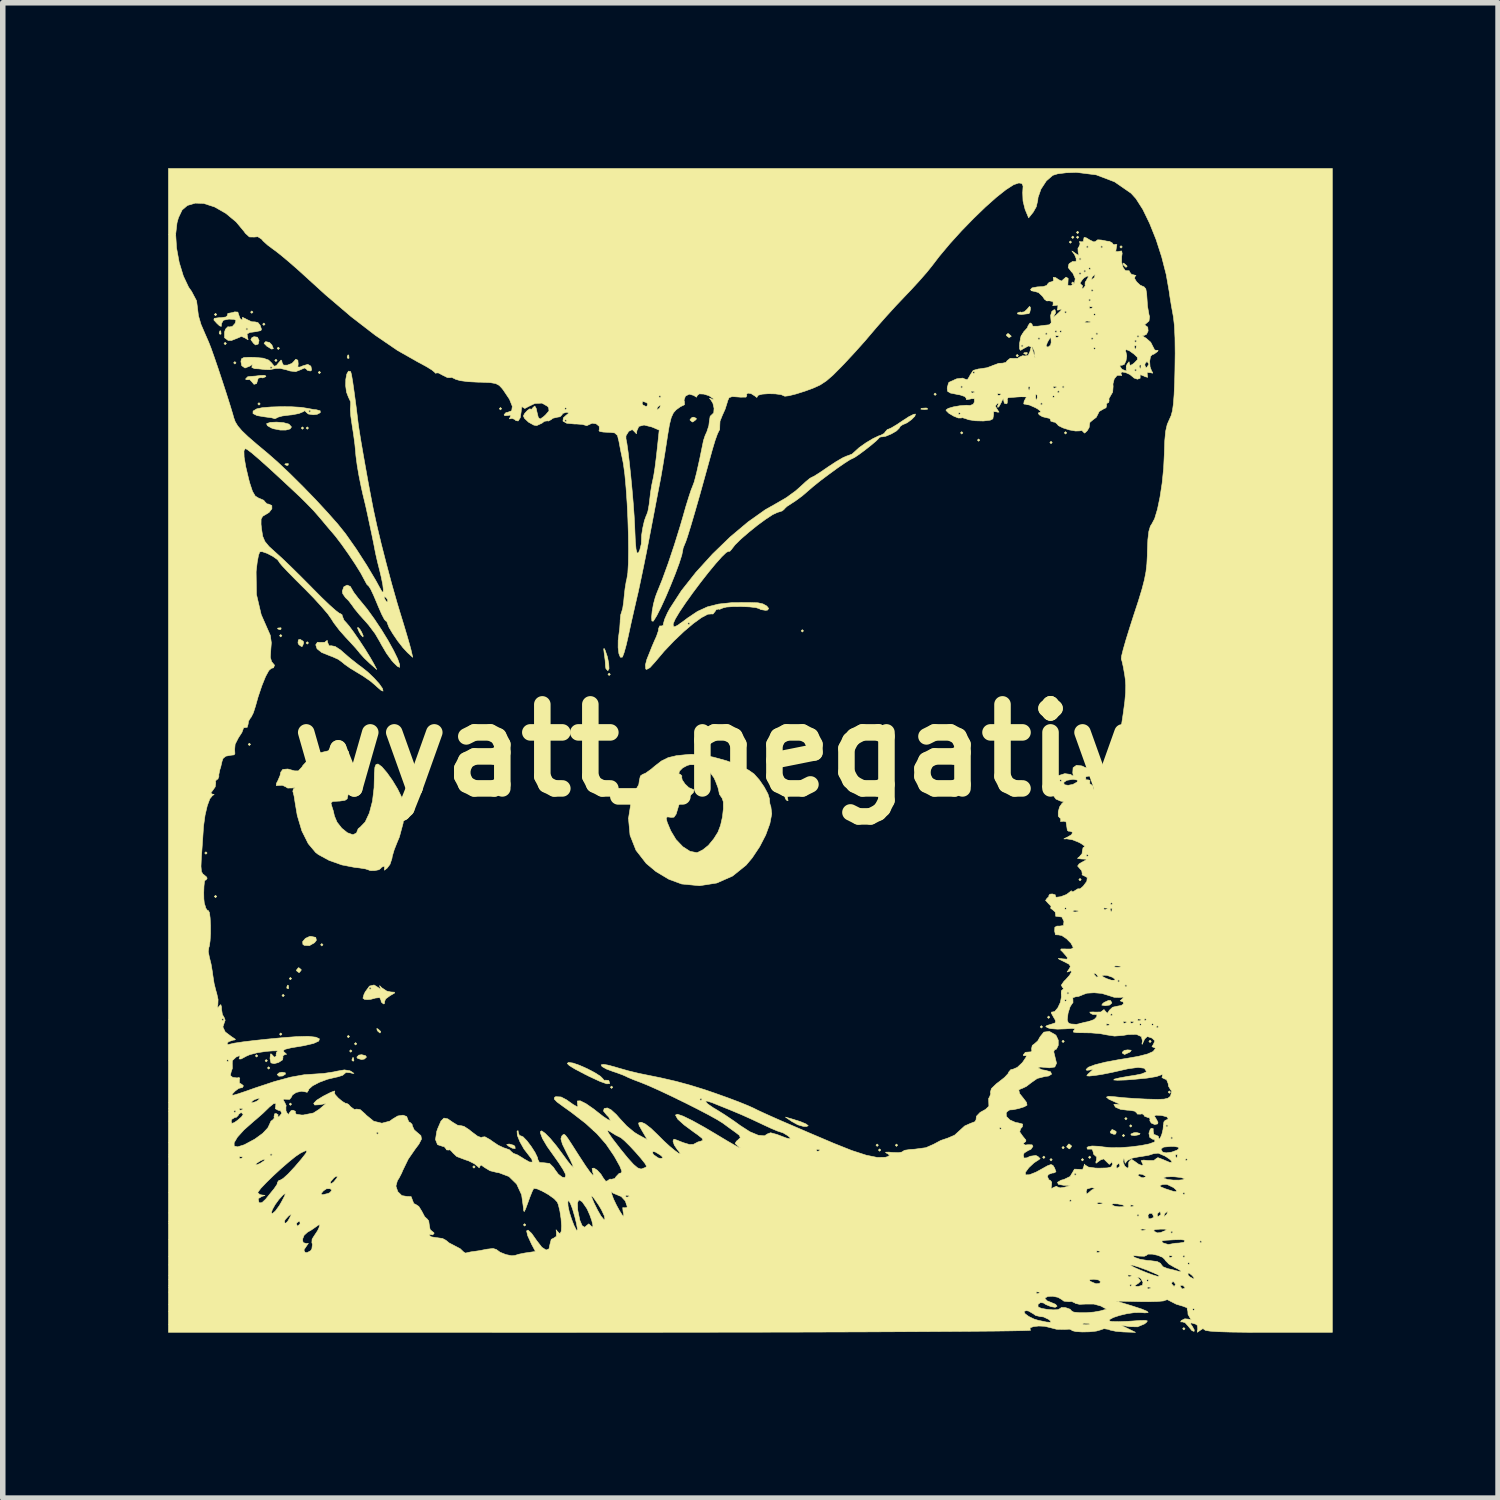
<source format=kicad_pcb>
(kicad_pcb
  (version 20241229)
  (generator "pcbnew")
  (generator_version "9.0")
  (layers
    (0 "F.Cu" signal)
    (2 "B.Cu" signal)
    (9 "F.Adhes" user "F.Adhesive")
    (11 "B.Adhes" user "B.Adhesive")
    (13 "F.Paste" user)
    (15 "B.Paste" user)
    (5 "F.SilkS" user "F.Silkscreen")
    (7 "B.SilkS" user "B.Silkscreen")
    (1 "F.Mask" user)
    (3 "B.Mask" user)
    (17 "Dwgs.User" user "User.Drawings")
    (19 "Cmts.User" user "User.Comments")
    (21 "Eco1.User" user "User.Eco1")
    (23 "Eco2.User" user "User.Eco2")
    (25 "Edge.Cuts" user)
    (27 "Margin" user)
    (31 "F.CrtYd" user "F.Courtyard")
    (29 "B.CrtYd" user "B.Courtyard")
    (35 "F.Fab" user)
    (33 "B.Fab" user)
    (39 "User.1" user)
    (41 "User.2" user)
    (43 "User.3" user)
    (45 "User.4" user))
  (footprint "wyatt_negative"
    (layer "F.Cu")
    (at 10.559 10.559)
    (property "Reference" "wyatt_negative" (at 0 0 0) (layer "F.SilkS") (effects (font (size 1.524 1.524) (thickness 0.3))))
    (attr through_hole)
    (fp_poly (pts (xy -9.853 1.861) (xy -9.875 1.883) (xy -9.897 1.861) (xy -9.875 1.839) (xy -9.853 1.861)) (stroke (width 0.01) (type solid)) (fill yes) (layer "F.SilkS"))
    (fp_poly (pts (xy -9.678 -7.905) (xy -9.7 -7.883) (xy -9.722 -7.905) (xy -9.7 -7.927) (xy -9.678 -7.905)) (stroke (width 0.01) (type solid)) (fill yes) (layer "F.SilkS"))
    (fp_poly (pts (xy -9.678 2.649) (xy -9.7 2.671) (xy -9.722 2.649) (xy -9.7 2.628) (xy -9.678 2.649)) (stroke (width 0.01) (type solid)) (fill yes) (layer "F.SilkS"))
    (fp_poly (pts (xy -9.503 -7.379) (xy -9.525 -7.357) (xy -9.547 -7.379) (xy -9.525 -7.401) (xy -9.503 -7.379)) (stroke (width 0.01) (type solid)) (fill yes) (layer "F.SilkS"))
    (fp_poly (pts (xy -9.328 -7.029) (xy -9.35 -7.007) (xy -9.372 -7.029) (xy -9.35 -7.051) (xy -9.328 -7.029)) (stroke (width 0.01) (type solid)) (fill yes) (layer "F.SilkS"))
    (fp_poly (pts (xy -9.065 -0.109) (xy -9.087 -0.088) (xy -9.109 -0.109) (xy -9.087 -0.131) (xy -9.065 -0.109)) (stroke (width 0.01) (type solid)) (fill yes) (layer "F.SilkS"))
    (fp_poly (pts (xy -9.021 -7.948) (xy -9.043 -7.927) (xy -9.065 -7.948) (xy -9.043 -7.97) (xy -9.021 -7.948)) (stroke (width 0.01) (type solid)) (fill yes) (layer "F.SilkS"))
    (fp_poly (pts (xy -8.934 5.54) (xy -8.956 5.562) (xy -8.978 5.54) (xy -8.956 5.518) (xy -8.934 5.54)) (stroke (width 0.01) (type solid)) (fill yes) (layer "F.SilkS"))
    (fp_poly (pts (xy -8.89 -6.284) (xy -8.912 -6.262) (xy -8.934 -6.284) (xy -8.912 -6.306) (xy -8.89 -6.284)) (stroke (width 0.01) (type solid)) (fill yes) (layer "F.SilkS"))
    (fp_poly (pts (xy -8.802 -7.729) (xy -8.824 -7.708) (xy -8.846 -7.729) (xy -8.824 -7.751) (xy -8.802 -7.729)) (stroke (width 0.01) (type solid)) (fill yes) (layer "F.SilkS"))
    (fp_poly (pts (xy -8.759 5.627) (xy -8.781 5.649) (xy -8.802 5.627) (xy -8.781 5.606) (xy -8.759 5.627)) (stroke (width 0.01) (type solid)) (fill yes) (layer "F.SilkS"))
    (fp_poly (pts (xy -8.715 5.759) (xy -8.737 5.781) (xy -8.759 5.759) (xy -8.737 5.737) (xy -8.715 5.759)) (stroke (width 0.01) (type solid)) (fill yes) (layer "F.SilkS"))
    (fp_poly (pts (xy -8.583 -7.073) (xy -8.605 -7.051) (xy -8.627 -7.073) (xy -8.605 -7.094) (xy -8.583 -7.073)) (stroke (width 0.01) (type solid)) (fill yes) (layer "F.SilkS"))
    (fp_poly (pts (xy -8.54 -7.292) (xy -8.562 -7.27) (xy -8.583 -7.292) (xy -8.562 -7.313) (xy -8.54 -7.292)) (stroke (width 0.01) (type solid)) (fill yes) (layer "F.SilkS"))
    (fp_poly (pts (xy -8.496 -2.08) (xy -8.518 -2.058) (xy -8.54 -2.08) (xy -8.518 -2.102) (xy -8.496 -2.08)) (stroke (width 0.01) (type solid)) (fill yes) (layer "F.SilkS"))
    (fp_poly (pts (xy -8.496 5.146) (xy -8.518 5.168) (xy -8.54 5.146) (xy -8.518 5.124) (xy -8.496 5.146)) (stroke (width 0.01) (type solid)) (fill yes) (layer "F.SilkS"))
    (fp_poly (pts (xy -8.452 4.445) (xy -8.474 4.467) (xy -8.496 4.445) (xy -8.474 4.423) (xy -8.452 4.445)) (stroke (width 0.01) (type solid)) (fill yes) (layer "F.SilkS"))
    (fp_poly (pts (xy -8.321 4.138) (xy -8.343 4.16) (xy -8.364 4.138) (xy -8.343 4.117) (xy -8.321 4.138)) (stroke (width 0.01) (type solid)) (fill yes) (layer "F.SilkS"))
    (fp_poly (pts (xy -8.321 6.416) (xy -8.343 6.438) (xy -8.364 6.416) (xy -8.343 6.394) (xy -8.321 6.416)) (stroke (width 0.01) (type solid)) (fill yes) (layer "F.SilkS"))
    (fp_poly (pts (xy -8.102 -5.846) (xy -8.124 -5.824) (xy -8.146 -5.846) (xy -8.124 -5.868) (xy -8.102 -5.846)) (stroke (width 0.01) (type solid)) (fill yes) (layer "F.SilkS"))
    (fp_poly (pts (xy -8.014 -5.846) (xy -8.036 -5.824) (xy -8.058 -5.846) (xy -8.036 -5.868) (xy -8.014 -5.846)) (stroke (width 0.01) (type solid)) (fill yes) (layer "F.SilkS"))
    (fp_poly (pts (xy -8.014 -1.949) (xy -8.036 -1.927) (xy -8.058 -1.949) (xy -8.036 -1.971) (xy -8.014 -1.949)) (stroke (width 0.01) (type solid)) (fill yes) (layer "F.SilkS"))
    (fp_poly (pts (xy -7.795 -6.854) (xy -7.817 -6.832) (xy -7.839 -6.854) (xy -7.817 -6.876) (xy -7.795 -6.854)) (stroke (width 0.01) (type solid)) (fill yes) (layer "F.SilkS"))
    (fp_poly (pts (xy -7.751 3.525) (xy -7.773 3.547) (xy -7.795 3.525) (xy -7.773 3.503) (xy -7.751 3.525)) (stroke (width 0.01) (type solid)) (fill yes) (layer "F.SilkS"))
    (fp_poly (pts (xy -7.27 5.189) (xy -7.292 5.211) (xy -7.313 5.189) (xy -7.292 5.168) (xy -7.27 5.189)) (stroke (width 0.01) (type solid)) (fill yes) (layer "F.SilkS"))
    (fp_poly (pts (xy -7.226 5.452) (xy -7.248 5.474) (xy -7.27 5.452) (xy -7.248 5.43) (xy -7.226 5.452)) (stroke (width 0.01) (type solid)) (fill yes) (layer "F.SilkS"))
    (fp_poly (pts (xy -7.138 5.321) (xy -7.16 5.343) (xy -7.182 5.321) (xy -7.16 5.299) (xy -7.138 5.321)) (stroke (width 0.01) (type solid)) (fill yes) (layer "F.SilkS"))
    (fp_poly (pts (xy -7.007 0.46) (xy -7.029 0.482) (xy -7.051 0.46) (xy -7.029 0.438) (xy -7.007 0.46)) (stroke (width 0.01) (type solid)) (fill yes) (layer "F.SilkS"))
    (fp_poly (pts (xy -4.992 7.554) (xy -5.014 7.576) (xy -5.036 7.554) (xy -5.014 7.532) (xy -4.992 7.554)) (stroke (width 0.01) (type solid)) (fill yes) (layer "F.SilkS"))
    (fp_poly (pts (xy -4.511 -6.197) (xy -4.533 -6.175) (xy -4.554 -6.197) (xy -4.533 -6.219) (xy -4.511 -6.197)) (stroke (width 0.01) (type solid)) (fill yes) (layer "F.SilkS"))
    (fp_poly (pts (xy -4.073 8.605) (xy -4.095 8.627) (xy -4.117 8.605) (xy -4.095 8.583) (xy -4.073 8.605)) (stroke (width 0.01) (type solid)) (fill yes) (layer "F.SilkS"))
    (fp_poly (pts (xy -2.54 -1.379) (xy -2.562 -1.358) (xy -2.584 -1.379) (xy -2.562 -1.401) (xy -2.54 -1.379)) (stroke (width 0.01) (type solid)) (fill yes) (layer "F.SilkS"))
    (fp_poly (pts (xy -2.496 6.109) (xy -2.518 6.131) (xy -2.54 6.109) (xy -2.518 6.087) (xy -2.496 6.109)) (stroke (width 0.01) (type solid)) (fill yes) (layer "F.SilkS"))
    (fp_poly (pts (xy 0.963 -2.168) (xy 0.942 -2.146) (xy 0.92 -2.168) (xy 0.942 -2.19) (xy 0.963 -2.168)) (stroke (width 0.01) (type solid)) (fill yes) (layer "F.SilkS"))
    (fp_poly (pts (xy 2.321 7.16) (xy 2.299 7.182) (xy 2.277 7.16) (xy 2.299 7.138) (xy 2.321 7.16)) (stroke (width 0.01) (type solid)) (fill yes) (layer "F.SilkS"))
    (fp_poly (pts (xy 2.365 7.248) (xy 2.343 7.27) (xy 2.321 7.248) (xy 2.343 7.226) (xy 2.365 7.248)) (stroke (width 0.01) (type solid)) (fill yes) (layer "F.SilkS"))
    (fp_poly (pts (xy 2.671 7.16) (xy 2.649 7.182) (xy 2.628 7.16) (xy 2.649 7.138) (xy 2.671 7.16)) (stroke (width 0.01) (type solid)) (fill yes) (layer "F.SilkS"))
    (fp_poly (pts (xy 3.372 -6.459) (xy 3.35 -6.438) (xy 3.328 -6.459) (xy 3.35 -6.481) (xy 3.372 -6.459)) (stroke (width 0.01) (type solid)) (fill yes) (layer "F.SilkS"))
    (fp_poly (pts (xy 3.854 -5.759) (xy 3.832 -5.737) (xy 3.81 -5.759) (xy 3.832 -5.781) (xy 3.854 -5.759)) (stroke (width 0.01) (type solid)) (fill yes) (layer "F.SilkS"))
    (fp_poly (pts (xy 4.16 -5.627) (xy 4.138 -5.606) (xy 4.117 -5.627) (xy 4.138 -5.649) (xy 4.16 -5.627)) (stroke (width 0.01) (type solid)) (fill yes) (layer "F.SilkS"))
    (fp_poly (pts (xy 4.861 -7.16) (xy 4.839 -7.138) (xy 4.817 -7.16) (xy 4.839 -7.182) (xy 4.861 -7.16)) (stroke (width 0.01) (type solid)) (fill yes) (layer "F.SilkS"))
    (fp_poly (pts (xy 5.299 5.014) (xy 5.277 5.036) (xy 5.255 5.014) (xy 5.277 4.992) (xy 5.299 5.014)) (stroke (width 0.01) (type solid)) (fill yes) (layer "F.SilkS"))
    (fp_poly (pts (xy 5.343 7.379) (xy 5.321 7.401) (xy 5.299 7.379) (xy 5.321 7.357) (xy 5.343 7.379)) (stroke (width 0.01) (type solid)) (fill yes) (layer "F.SilkS"))
    (fp_poly (pts (xy 5.43 4.839) (xy 5.408 4.861) (xy 5.387 4.839) (xy 5.408 4.817) (xy 5.43 4.839)) (stroke (width 0.01) (type solid)) (fill yes) (layer "F.SilkS"))
    (fp_poly (pts (xy 5.474 -5.584) (xy 5.452 -5.562) (xy 5.43 -5.584) (xy 5.452 -5.606) (xy 5.474 -5.584)) (stroke (width 0.01) (type solid)) (fill yes) (layer "F.SilkS"))
    (fp_poly (pts (xy 5.474 7.423) (xy 5.452 7.445) (xy 5.43 7.423) (xy 5.452 7.401) (xy 5.474 7.423)) (stroke (width 0.01) (type solid)) (fill yes) (layer "F.SilkS"))
    (fp_poly (pts (xy 5.693 5.277) (xy 5.671 5.299) (xy 5.649 5.277) (xy 5.671 5.255) (xy 5.693 5.277)) (stroke (width 0.01) (type solid)) (fill yes) (layer "F.SilkS"))
    (fp_poly (pts (xy 5.693 7.204) (xy 5.671 7.226) (xy 5.649 7.204) (xy 5.671 7.182) (xy 5.693 7.204)) (stroke (width 0.01) (type solid)) (fill yes) (layer "F.SilkS"))
    (fp_poly (pts (xy 5.737 -5.759) (xy 5.715 -5.737) (xy 5.693 -5.759) (xy 5.715 -5.781) (xy 5.737 -5.759)) (stroke (width 0.01) (type solid)) (fill yes) (layer "F.SilkS"))
    (fp_poly (pts (xy 5.824 -9.218) (xy 5.803 -9.197) (xy 5.781 -9.218) (xy 5.803 -9.24) (xy 5.824 -9.218)) (stroke (width 0.01) (type solid)) (fill yes) (layer "F.SilkS"))
    (fp_poly (pts (xy 5.868 -9.306) (xy 5.846 -9.284) (xy 5.824 -9.306) (xy 5.846 -9.328) (xy 5.868 -9.306)) (stroke (width 0.01) (type solid)) (fill yes) (layer "F.SilkS"))
    (fp_poly (pts (xy 5.868 -8.474) (xy 5.846 -8.452) (xy 5.824 -8.474) (xy 5.846 -8.496) (xy 5.868 -8.474)) (stroke (width 0.01) (type solid)) (fill yes) (layer "F.SilkS"))
    (fp_poly (pts (xy 5.956 -9.394) (xy 5.934 -9.372) (xy 5.912 -9.394) (xy 5.934 -9.416) (xy 5.956 -9.394)) (stroke (width 0.01) (type solid)) (fill yes) (layer "F.SilkS"))
    (fp_poly (pts (xy 5.956 -9.306) (xy 5.934 -9.284) (xy 5.912 -9.306) (xy 5.934 -9.328) (xy 5.956 -9.306)) (stroke (width 0.01) (type solid)) (fill yes) (layer "F.SilkS"))
    (fp_poly (pts (xy 6 2.343) (xy 5.978 2.365) (xy 5.956 2.343) (xy 5.978 2.321) (xy 6 2.343)) (stroke (width 0.01) (type solid)) (fill yes) (layer "F.SilkS"))
    (fp_poly (pts (xy 6.043 7.423) (xy 6.022 7.445) (xy 6 7.423) (xy 6.022 7.401) (xy 6.043 7.423)) (stroke (width 0.01) (type solid)) (fill yes) (layer "F.SilkS"))
    (fp_poly (pts (xy 6.087 0.504) (xy 6.065 0.526) (xy 6.043 0.504) (xy 6.065 0.482) (xy 6.087 0.504)) (stroke (width 0.01) (type solid)) (fill yes) (layer "F.SilkS"))
    (fp_poly (pts (xy 6.175 7.379) (xy 6.153 7.401) (xy 6.131 7.379) (xy 6.153 7.357) (xy 6.175 7.379)) (stroke (width 0.01) (type solid)) (fill yes) (layer "F.SilkS"))
    (fp_poly (pts (xy 6.744 -9.131) (xy 6.722 -9.109) (xy 6.7 -9.131) (xy 6.722 -9.153) (xy 6.744 -9.131)) (stroke (width 0.01) (type solid)) (fill yes) (layer "F.SilkS"))
    (fp_poly (pts (xy 6.788 6.985) (xy 6.766 7.007) (xy 6.744 6.985) (xy 6.766 6.963) (xy 6.788 6.985)) (stroke (width 0.01) (type solid)) (fill yes) (layer "F.SilkS"))
    (fp_poly (pts (xy 6.832 6.678) (xy 6.81 6.7) (xy 6.788 6.678) (xy 6.81 6.657) (xy 6.832 6.678)) (stroke (width 0.01) (type solid)) (fill yes) (layer "F.SilkS"))
    (fp_poly (pts (xy 6.919 6.81) (xy 6.897 6.832) (xy 6.876 6.81) (xy 6.897 6.788) (xy 6.919 6.81)) (stroke (width 0.01) (type solid)) (fill yes) (layer "F.SilkS"))
    (fp_poly (pts (xy 7.27 5.277) (xy 7.248 5.299) (xy 7.226 5.277) (xy 7.248 5.255) (xy 7.27 5.277)) (stroke (width 0.01) (type solid)) (fill yes) (layer "F.SilkS"))
    (fp_poly (pts (xy 7.62 6.197) (xy 7.598 6.219) (xy 7.576 6.197) (xy 7.598 6.175) (xy 7.62 6.197)) (stroke (width 0.01) (type solid)) (fill yes) (layer "F.SilkS"))
    (fp_poly (pts (xy 7.883 10.488) (xy 7.861 10.51) (xy 7.839 10.488) (xy 7.861 10.467) (xy 7.883 10.488)) (stroke (width 0.01) (type solid)) (fill yes) (layer "F.SilkS"))
    (fp_poly (pts (xy -9.605 -7.605) (xy -9.6 -7.553) (xy -9.605 -7.547) (xy -9.631 -7.553) (xy -9.634 -7.576) (xy -9.618 -7.612) (xy -9.605 -7.605)) (stroke (width 0.01) (type solid)) (fill yes) (layer "F.SilkS"))
    (fp_poly (pts (xy -8.51 -2.219) (xy -8.516 -2.193) (xy -8.54 -2.19) (xy -8.576 -2.206) (xy -8.569 -2.219) (xy -8.517 -2.224) (xy -8.51 -2.219)) (stroke (width 0.01) (type solid)) (fill yes) (layer "F.SilkS"))
    (fp_poly (pts (xy -8.379 -5.197) (xy -8.385 -5.171) (xy -8.408 -5.168) (xy -8.444 -5.184) (xy -8.437 -5.197) (xy -8.385 -5.202) (xy -8.379 -5.197)) (stroke (width 0.01) (type solid)) (fill yes) (layer "F.SilkS"))
    (fp_poly (pts (xy -8.379 4.263) (xy -8.374 4.315) (xy -8.379 4.321) (xy -8.405 4.315) (xy -8.408 4.292) (xy -8.392 4.256) (xy -8.379 4.263)) (stroke (width 0.01) (type solid)) (fill yes) (layer "F.SilkS"))
    (fp_poly (pts (xy -7.284 -7.167) (xy -7.279 -7.115) (xy -7.284 -7.109) (xy -7.31 -7.115) (xy -7.313 -7.138) (xy -7.297 -7.174) (xy -7.284 -7.167)) (stroke (width 0.01) (type solid)) (fill yes) (layer "F.SilkS"))
    (fp_poly (pts (xy -7.197 5.576) (xy -7.191 5.628) (xy -7.197 5.635) (xy -7.223 5.629) (xy -7.226 5.606) (xy -7.21 5.569) (xy -7.197 5.576)) (stroke (width 0.01) (type solid)) (fill yes) (layer "F.SilkS"))
    (fp_poly (pts (xy 3.208 -6.204) (xy 3.213 -6.188) (xy 3.153 -6.182) (xy 3.091 -6.189) (xy 3.098 -6.204) (xy 3.188 -6.21) (xy 3.208 -6.204)) (stroke (width 0.01) (type solid)) (fill yes) (layer "F.SilkS"))
    (fp_poly (pts (xy 5.022 -7.211) (xy 5.016 -7.185) (xy 4.992 -7.182) (xy 4.956 -7.198) (xy 4.963 -7.211) (xy 5.015 -7.217) (xy 5.022 -7.211)) (stroke (width 0.01) (type solid)) (fill yes) (layer "F.SilkS"))
    (fp_poly (pts (xy -6.751 5.054) (xy -6.704 5.098) (xy -6.714 5.123) (xy -6.72 5.124) (xy -6.757 5.093) (xy -6.77 5.073) (xy -6.775 5.043) (xy -6.751 5.054)) (stroke (width 0.01) (type solid)) (fill yes) (layer "F.SilkS"))
    (fp_poly (pts (xy 0.656 0.82) (xy 0.672 0.852) (xy 0.683 0.914) (xy 0.654 0.902) (xy 0.633 0.873) (xy 0.62 0.816) (xy 0.625 0.805) (xy 0.656 0.82)) (stroke (width 0.01) (type solid)) (fill yes) (layer "F.SilkS"))
    (fp_poly (pts (xy 6.781 -8.828) (xy 6.828 -8.788) (xy 6.832 -8.778) (xy 6.811 -8.76) (xy 6.768 -8.8) (xy 6.762 -8.809) (xy 6.757 -8.839) (xy 6.781 -8.828)) (stroke (width 0.01) (type solid)) (fill yes) (layer "F.SilkS"))
    (fp_poly (pts (xy -8.94 -7.494) (xy -8.911 -7.434) (xy -8.927 -7.369) (xy -8.974 -7.353) (xy -9.01 -7.382) (xy -9.06 -7.449) (xy -9.04 -7.486) (xy -9.003 -7.503) (xy -8.94 -7.494)) (stroke (width 0.01) (type solid)) (fill yes) (layer "F.SilkS"))
    (fp_poly (pts (xy -8.435 5.847) (xy -8.432 5.871) (xy -8.485 5.905) (xy -8.551 5.909) (xy -8.583 5.878) (xy -8.583 5.878) (xy -8.547 5.847) (xy -8.495 5.836) (xy -8.435 5.847)) (stroke (width 0.01) (type solid)) (fill yes) (layer "F.SilkS"))
    (fp_poly (pts (xy -8.147 3.975) (xy -8.146 3.985) (xy -8.179 4.028) (xy -8.189 4.029) (xy -8.232 3.996) (xy -8.233 3.985) (xy -8.2 3.943) (xy -8.189 3.941) (xy -8.147 3.975)) (stroke (width 0.01) (type solid)) (fill yes) (layer "F.SilkS"))
    (fp_poly (pts (xy -8.109 -1.979) (xy -8.102 -1.949) (xy -8.123 -1.89) (xy -8.141 -1.883) (xy -8.189 -1.918) (xy -8.205 -1.949) (xy -8.198 -2.005) (xy -8.166 -2.014) (xy -8.109 -1.979)) (stroke (width 0.01) (type solid)) (fill yes) (layer "F.SilkS"))
    (fp_poly (pts (xy -7.084 -2.2) (xy -7.051 -2.146) (xy -7.022 -2.078) (xy -7.026 -2.058) (xy -7.061 -2.092) (xy -7.094 -2.146) (xy -7.123 -2.214) (xy -7.119 -2.233) (xy -7.084 -2.2)) (stroke (width 0.01) (type solid)) (fill yes) (layer "F.SilkS"))
    (fp_poly (pts (xy -6.98 5.536) (xy -6.963 5.562) (xy -7 5.597) (xy -7.051 5.606) (xy -7.122 5.587) (xy -7.138 5.562) (xy -7.102 5.526) (xy -7.051 5.518) (xy -6.98 5.536)) (stroke (width 0.01) (type solid)) (fill yes) (layer "F.SilkS"))
    (fp_poly (pts (xy -4.292 7.161) (xy -4.27 7.182) (xy -4.266 7.221) (xy -4.319 7.214) (xy -4.379 7.182) (xy -4.42 7.148) (xy -4.381 7.139) (xy -4.371 7.139) (xy -4.292 7.161)) (stroke (width 0.01) (type solid)) (fill yes) (layer "F.SilkS"))
    (fp_poly (pts (xy -0.981 -6.022) (xy -0.985 -6) (xy -1.041 -5.958) (xy -1.054 -5.956) (xy -1.094 -5.989) (xy -1.095 -6) (xy -1.059 -6.038) (xy -1.027 -6.043) (xy -0.981 -6.022)) (stroke (width 0.01) (type solid)) (fill yes) (layer "F.SilkS"))
    (fp_poly (pts (xy 4.686 -7.554) (xy 4.728 -7.515) (xy 4.73 -7.508) (xy 4.696 -7.489) (xy 4.686 -7.489) (xy 4.644 -7.522) (xy 4.642 -7.535) (xy 4.669 -7.561) (xy 4.686 -7.554)) (stroke (width 0.01) (type solid)) (fill yes) (layer "F.SilkS"))
    (fp_poly (pts (xy 5.823 7.172) (xy 5.824 7.182) (xy 5.791 7.225) (xy 5.781 7.226) (xy 5.738 7.193) (xy 5.737 7.182) (xy 5.77 7.14) (xy 5.781 7.138) (xy 5.823 7.172)) (stroke (width 0.01) (type solid)) (fill yes) (layer "F.SilkS"))
    (fp_poly (pts (xy 6.532 4.537) (xy 6.556 4.58) (xy 6.515 4.618) (xy 6.434 4.63) (xy 6.372 4.619) (xy 6.391 4.59) (xy 6.419 4.568) (xy 6.496 4.534) (xy 6.532 4.537)) (stroke (width 0.01) (type solid)) (fill yes) (layer "F.SilkS"))
    (fp_poly (pts (xy 6.626 6.907) (xy 6.635 6.919) (xy 6.625 6.957) (xy 6.593 6.963) (xy 6.534 6.94) (xy 6.525 6.919) (xy 6.557 6.877) (xy 6.566 6.876) (xy 6.626 6.907)) (stroke (width 0.01) (type solid)) (fill yes) (layer "F.SilkS"))
    (fp_poly (pts (xy 6.907 5.438) (xy 6.891 5.464) (xy 6.876 5.474) (xy 6.785 5.515) (xy 6.745 5.489) (xy 6.744 5.474) (xy 6.781 5.44) (xy 6.843 5.431) (xy 6.907 5.438)) (stroke (width 0.01) (type solid)) (fill yes) (layer "F.SilkS"))
    (fp_poly (pts (xy 7.067 6.947) (xy 7.052 6.969) (xy 6.971 6.985) (xy 6.964 6.986) (xy 6.905 6.977) (xy 6.9 6.958) (xy 6.956 6.933) (xy 7.006 6.931) (xy 7.067 6.947)) (stroke (width 0.01) (type solid)) (fill yes) (layer "F.SilkS"))
    (fp_poly (pts (xy -8.723 -7.399) (xy -8.678 -7.353) (xy -8.651 -7.286) (xy -8.683 -7.278) (xy -8.768 -7.329) (xy -8.771 -7.332) (xy -8.82 -7.382) (xy -8.794 -7.412) (xy -8.79 -7.413) (xy -8.723 -7.399)) (stroke (width 0.01) (type solid)) (fill yes) (layer "F.SilkS"))
    (fp_poly (pts (xy 0.744 6.681) (xy 0.907 6.732) (xy 1.011 6.776) (xy 1.049 6.807) (xy 1.015 6.821) (xy 0.961 6.819) (xy 0.861 6.79) (xy 0.753 6.731) (xy 0.635 6.65) (xy 0.744 6.681)) (stroke (width 0.01) (type solid)) (fill yes) (layer "F.SilkS"))
    (fp_poly (pts (xy -7.883 3.391) (xy -7.871 3.443) (xy -7.904 3.487) (xy -7.998 3.541) (xy -8.09 3.536) (xy -8.116 3.518) (xy -8.12 3.467) (xy -8.07 3.409) (xy -7.994 3.374) (xy -7.972 3.372) (xy -7.883 3.391)) (stroke (width 0.01) (type solid)) (fill yes) (layer "F.SilkS"))
    (fp_poly (pts (xy 5.077 -8.037) (xy 5.079 -8.003) (xy 5.064 -7.935) (xy 5.047 -7.921) (xy 4.913 -7.905) (xy 4.846 -7.915) (xy 4.843 -7.933) (xy 4.895 -7.952) (xy 4.911 -7.945) (xy 4.967 -7.954) (xy 5.016 -7.999) (xy 5.062 -8.053) (xy 5.077 -8.037)) (stroke (width 0.01) (type solid)) (fill yes) (layer "F.SilkS"))
    (fp_poly (pts (xy -2.635 -1.817) (xy -2.593 -1.696) (xy -2.569 -1.576) (xy -2.564 -1.483) (xy -2.585 -1.445) (xy -2.585 -1.445) (xy -2.62 -1.482) (xy -2.628 -1.527) (xy -2.634 -1.628) (xy -2.65 -1.755) (xy -2.651 -1.757) (xy -2.661 -1.843) (xy -2.65 -1.847) (xy -2.635 -1.817)) (stroke (width 0.01) (type solid)) (fill yes) (layer "F.SilkS"))
    (fp_poly (pts (xy -8.467 -5.944) (xy -8.374 -5.919) (xy -8.366 -5.914) (xy -8.323 -5.866) (xy -8.348 -5.83) (xy -8.423 -5.81) (xy -8.529 -5.81) (xy -8.647 -5.833) (xy -8.688 -5.848) (xy -8.761 -5.89) (xy -8.774 -5.926) (xy -8.774 -5.926) (xy -8.706 -5.949) (xy -8.591 -5.954) (xy -8.467 -5.944)) (stroke (width 0.01) (type solid)) (fill yes) (layer "F.SilkS"))
    (fp_poly (pts (xy -8.786 -6.779) (xy -8.843 -6.755) (xy -8.873 -6.762) (xy -8.926 -6.751) (xy -8.934 -6.723) (xy -8.956 -6.652) (xy -9.003 -6.639) (xy -9.038 -6.681) (xy -9.082 -6.727) (xy -9.109 -6.722) (xy -9.149 -6.724) (xy -9.153 -6.739) (xy -9.117 -6.776) (xy -9.076 -6.782) (xy -8.974 -6.789) (xy -8.88 -6.801) (xy -8.802 -6.802) (xy -8.786 -6.779)) (stroke (width 0.01) (type solid)) (fill yes) (layer "F.SilkS"))
    (fp_poly (pts (xy -3.216 5.67) (xy -3.095 5.713) (xy -2.955 5.775) (xy -2.822 5.845) (xy -2.72 5.91) (xy -2.672 5.959) (xy -2.671 5.965) (xy -2.645 5.986) (xy -2.631 5.98) (xy -2.574 5.984) (xy -2.564 5.996) (xy -2.552 6.043) (xy -2.604 6.047) (xy -2.723 6.005) (xy -2.912 5.918) (xy -3 5.874) (xy -3.179 5.78) (xy -3.284 5.716) (xy -3.322 5.677) (xy -3.299 5.659) (xy -3.296 5.659) (xy -3.216 5.67)) (stroke (width 0.01) (type solid)) (fill yes) (layer "F.SilkS"))
    (fp_poly (pts (xy -7.255 -2.973) (xy -7.239 -2.944) (xy -7.194 -2.867) (xy -7.113 -2.76) (xy -7.072 -2.711) (xy -6.949 -2.561) (xy -6.82 -2.382) (xy -6.691 -2.188) (xy -6.572 -1.994) (xy -6.472 -1.813) (xy -6.398 -1.662) (xy -6.36 -1.554) (xy -6.362 -1.506) (xy -6.4 -1.523) (xy -6.47 -1.591) (xy -6.503 -1.628) (xy -6.599 -1.76) (xy -6.692 -1.918) (xy -6.717 -1.965) (xy -6.805 -2.116) (xy -6.923 -2.273) (xy -6.978 -2.336) (xy -7.088 -2.458) (xy -7.183 -2.574) (xy -7.218 -2.625) (xy -7.288 -2.717) (xy -7.345 -2.772) (xy -7.393 -2.842) (xy -7.401 -2.888) (xy -7.374 -2.966) (xy -7.314 -2.998) (xy -7.255 -2.973)) (stroke (width 0.01) (type solid)) (fill yes) (layer "F.SilkS"))
    (fp_poly (pts (xy -7.667 -1.955) (xy -7.64 -1.896) (xy -7.6 -1.898) (xy -7.531 -1.885) (xy -7.431 -1.82) (xy -7.389 -1.782) (xy -7.258 -1.669) (xy -7.106 -1.549) (xy -7.053 -1.511) (xy -6.939 -1.42) (xy -6.827 -1.313) (xy -6.732 -1.208) (xy -6.672 -1.122) (xy -6.662 -1.075) (xy -6.662 -1.075) (xy -6.7 -1.091) (xy -6.772 -1.153) (xy -6.787 -1.168) (xy -6.886 -1.253) (xy -7.026 -1.35) (xy -7.122 -1.408) (xy -7.254 -1.488) (xy -7.358 -1.561) (xy -7.401 -1.598) (xy -7.475 -1.652) (xy -7.591 -1.704) (xy -7.613 -1.711) (xy -7.774 -1.775) (xy -7.859 -1.843) (xy -7.883 -1.915) (xy -7.852 -1.962) (xy -7.797 -1.959) (xy -7.719 -1.961) (xy -7.691 -1.986) (xy -7.673 -1.994) (xy -7.667 -1.955)) (stroke (width 0.01) (type solid)) (fill yes) (layer "F.SilkS"))
    (fp_poly (pts (xy -6.746 4.303) (xy -6.706 4.334) (xy -6.716 4.298) (xy -6.719 4.292) (xy -6.724 4.265) (xy -6.688 4.303) (xy -6.595 4.365) (xy -6.52 4.381) (xy -6.453 4.385) (xy -6.455 4.402) (xy -6.532 4.446) (xy -6.537 4.449) (xy -6.614 4.506) (xy -6.635 4.554) (xy -6.633 4.557) (xy -6.639 4.595) (xy -6.654 4.598) (xy -6.695 4.563) (xy -6.7 4.53) (xy -6.723 4.483) (xy -6.799 4.491) (xy -6.886 4.515) (xy -6.945 4.52) (xy -6.997 4.516) (xy -7.027 4.494) (xy -7.008 4.426) (xy -6.985 4.379) (xy -6.937 4.314) (xy -6.919 4.314) (xy -6.897 4.336) (xy -6.876 4.314) (xy -6.897 4.292) (xy -6.919 4.314) (xy -6.937 4.314) (xy -6.908 4.274) (xy -6.825 4.254) (xy -6.746 4.303)) (stroke (width 0.01) (type solid)) (fill yes) (layer "F.SilkS"))
    (fp_poly (pts (xy -8.317 -6.232) (xy -8.148 -6.222) (xy -8.036 -6.204) (xy -7.923 -6.183) (xy -7.872 -6.178) (xy -7.802 -6.159) (xy -7.801 -6.125) (xy -7.858 -6.095) (xy -7.927 -6.087) (xy -8.019 -6.101) (xy -8.058 -6.136) (xy -8.058 -6.136) (xy -8.071 -6.153) (xy -8.014 -6.153) (xy -7.992 -6.131) (xy -7.97 -6.153) (xy -7.992 -6.175) (xy -8.014 -6.153) (xy -8.071 -6.153) (xy -8.078 -6.162) (xy -8.113 -6.141) (xy -8.188 -6.11) (xy -8.312 -6.086) (xy -8.364 -6.081) (xy -8.489 -6.065) (xy -8.571 -6.042) (xy -8.586 -6.032) (xy -8.626 -6.014) (xy -8.63 -6.017) (xy -8.682 -6.032) (xy -8.785 -6.046) (xy -8.802 -6.048) (xy -8.947 -6.072) (xy -9.021 -6.109) (xy -9.019 -6.154) (xy -8.953 -6.194) (xy -8.855 -6.215) (xy -8.698 -6.228) (xy -8.509 -6.234) (xy -8.317 -6.232)) (stroke (width 0.01) (type solid)) (fill yes) (layer "F.SilkS"))
    (fp_poly (pts (xy -8.995 -7.128) (xy -8.836 -7.114) (xy -8.739 -7.08) (xy -8.686 -7.03) (xy -8.636 -6.968) (xy -8.598 -6.978) (xy -8.559 -7.026) (xy -8.512 -7.08) (xy -8.497 -7.063) (xy -8.496 -7.04) (xy -8.469 -6.987) (xy -8.397 -6.987) (xy -8.314 -7.019) (xy -8.284 -7.05) (xy -8.245 -7.095) (xy -8.207 -7.076) (xy -8.201 -7.01) (xy -8.208 -6.954) (xy -8.169 -6.952) (xy -8.116 -6.975) (xy -8.027 -7.001) (xy -7.976 -6.972) (xy -7.969 -6.961) (xy -7.957 -6.897) (xy -7.981 -6.88) (xy -8.038 -6.895) (xy -8.048 -6.912) (xy -8.086 -6.936) (xy -8.16 -6.903) (xy -8.247 -6.869) (xy -8.349 -6.881) (xy -8.408 -6.9) (xy -8.527 -6.928) (xy -8.618 -6.926) (xy -8.627 -6.923) (xy -8.721 -6.904) (xy -8.802 -6.907) (xy -8.92 -6.92) (xy -8.989 -6.923) (xy -9.033 -6.941) (xy -8.715 -6.941) (xy -8.693 -6.919) (xy -8.671 -6.941) (xy -8.693 -6.963) (xy -8.715 -6.941) (xy -9.033 -6.941) (xy -9.042 -6.945) (xy -9.036 -6.977) (xy -9.034 -6.999) (xy -9.077 -6.97) (xy -9.165 -6.935) (xy -9.225 -6.977) (xy -9.24 -7.053) (xy -9.23 -7.101) (xy -9.186 -7.125) (xy -9.087 -7.13) (xy -8.995 -7.128)) (stroke (width 0.01) (type solid)) (fill yes) (layer "F.SilkS"))
    (fp_poly (pts (xy -9.295 -7.949) (xy -9.284 -7.912) (xy -9.255 -7.833) (xy -9.234 -7.813) (xy -9.204 -7.807) (xy -9.217 -7.837) (xy -9.211 -7.855) (xy -9.15 -7.825) (xy -9.138 -7.818) (xy -9.046 -7.774) (xy -8.982 -7.771) (xy -8.982 -7.771) (xy -8.931 -7.759) (xy -8.891 -7.709) (xy -8.867 -7.638) (xy -8.878 -7.613) (xy -8.951 -7.598) (xy -8.956 -7.596) (xy -9.036 -7.585) (xy -9.075 -7.581) (xy -9.128 -7.553) (xy -9.121 -7.5) (xy -9.109 -7.448) (xy -9.147 -7.467) (xy -9.158 -7.476) (xy -9.23 -7.508) (xy -9.309 -7.474) (xy -9.409 -7.435) (xy -9.47 -7.434) (xy -9.537 -7.484) (xy -9.537 -7.587) (xy -9.52 -7.638) (xy -9.517 -7.642) (xy -9.153 -7.642) (xy -9.131 -7.62) (xy -9.109 -7.642) (xy -9.131 -7.664) (xy -9.153 -7.642) (xy -9.517 -7.642) (xy -9.477 -7.684) (xy -9.45 -7.68) (xy -9.396 -7.688) (xy -9.345 -7.745) (xy -9.329 -7.8) (xy -9.366 -7.817) (xy -9.457 -7.822) (xy -9.459 -7.822) (xy -9.559 -7.801) (xy -9.591 -7.743) (xy -9.591 -7.74) (xy -9.596 -7.689) (xy -9.627 -7.7) (xy -9.671 -7.74) (xy -9.73 -7.805) (xy -9.724 -7.836) (xy -9.642 -7.847) (xy -9.597 -7.848) (xy -9.511 -7.861) (xy -9.484 -7.887) (xy -9.485 -7.889) (xy -9.477 -7.925) (xy -9.465 -7.927) (xy -9.389 -7.941) (xy -9.353 -7.953) (xy -9.295 -7.949)) (stroke (width 0.01) (type solid)) (fill yes) (layer "F.SilkS"))
    (fp_poly (pts (xy -0.89 0.081) (xy -0.668 0.123) (xy -0.433 0.188) (xy -0.213 0.27) (xy -0.032 0.358) (xy 0.066 0.427) (xy 0.162 0.535) (xy 0.251 0.665) (xy 0.318 0.789) (xy 0.347 0.883) (xy 0.346 0.901) (xy 0.354 0.972) (xy 0.371 1.02) (xy 0.387 1.15) (xy 0.353 1.328) (xy 0.278 1.533) (xy 0.168 1.746) (xy 0.032 1.95) (xy -0.078 2.081) (xy -0.324 2.279) (xy -0.61 2.405) (xy -0.922 2.454) (xy -1.246 2.423) (xy -1.248 2.422) (xy -1.477 2.338) (xy -1.713 2.197) (xy -1.889 2.05) (xy -2.075 1.811) (xy -2.183 1.537) (xy -2.211 1.233) (xy -2.21 1.229) (xy -1.527 1.229) (xy -1.51 1.302) (xy -1.454 1.436) (xy -1.443 1.461) (xy -1.349 1.617) (xy -1.226 1.746) (xy -1.095 1.83) (xy -0.975 1.854) (xy -0.956 1.85) (xy -0.863 1.803) (xy -0.763 1.723) (xy -0.762 1.722) (xy -0.664 1.603) (xy -0.588 1.482) (xy -0.541 1.358) (xy -0.507 1.208) (xy -0.49 1.057) (xy -0.491 0.932) (xy -0.515 0.861) (xy -0.52 0.857) (xy -0.564 0.791) (xy -0.569 0.756) (xy -0.588 0.675) (xy -0.634 0.554) (xy -0.661 0.496) (xy -0.775 0.338) (xy -0.924 0.258) (xy -1.099 0.26) (xy -1.146 0.273) (xy -1.228 0.317) (xy -1.285 0.374) (xy -1.299 0.421) (xy -1.266 0.438) (xy -1.241 0.465) (xy -1.247 0.48) (xy -1.237 0.534) (xy -1.185 0.61) (xy -1.117 0.675) (xy -1.063 0.697) (xy -1.021 0.716) (xy -1.036 0.767) (xy -1.095 0.822) (xy -1.166 0.851) (xy -1.182 0.83) (xy -1.195 0.789) (xy -1.226 0.815) (xy -1.265 0.894) (xy -1.304 1.011) (xy -1.31 1.033) (xy -1.347 1.156) (xy -1.386 1.211) (xy -1.44 1.215) (xy -1.447 1.213) (xy -1.506 1.205) (xy -1.527 1.229) (xy -2.21 1.229) (xy -2.159 0.904) (xy -2.148 0.866) (xy -2.106 0.755) (xy -2.064 0.685) (xy -2.057 0.678) (xy -2.024 0.618) (xy -2.014 0.545) (xy -1.995 0.464) (xy -1.96 0.438) (xy -1.898 0.411) (xy -1.8 0.341) (xy -1.734 0.285) (xy -1.614 0.192) (xy -1.491 0.131) (xy -1.339 0.095) (xy -1.13 0.074) (xy -1.073 0.07) (xy -0.89 0.081)) (stroke (width 0.01) (type solid)) (fill yes) (layer "F.SilkS"))
    (fp_poly (pts (xy -7.366 -0.012) (xy -7.293 0.018) (xy -7.283 0.084) (xy -7.311 0.17) (xy -7.341 0.269) (xy -7.32 0.339) (xy -7.278 0.386) (xy -7.2 0.442) (xy -7.143 0.425) (xy -7.143 0.425) (xy -7.105 0.409) (xy -7.094 0.472) (xy -7.112 0.54) (xy -7.162 0.541) (xy -7.215 0.537) (xy -7.221 0.553) (xy -7.23 0.617) (xy -7.263 0.714) (xy -7.299 0.815) (xy -7.313 0.879) (xy -7.352 0.905) (xy -7.447 0.919) (xy -7.471 0.92) (xy -7.574 0.926) (xy -7.607 0.952) (xy -7.597 0.996) (xy -7.564 1.099) (xy -7.544 1.189) (xy -7.497 1.301) (xy -7.411 1.411) (xy -7.308 1.494) (xy -7.215 1.527) (xy -7.2 1.526) (xy -7.141 1.495) (xy -7.134 1.471) (xy -7.112 1.419) (xy -7.078 1.393) (xy -6.986 1.298) (xy -6.91 1.135) (xy -6.854 0.921) (xy -6.825 0.676) (xy -6.823 0.586) (xy -6.819 0.409) (xy -6.81 0.304) (xy -6.79 0.256) (xy -6.758 0.247) (xy -6.749 0.249) (xy -6.683 0.298) (xy -6.592 0.404) (xy -6.493 0.543) (xy -6.4 0.696) (xy -6.33 0.838) (xy -6.316 0.872) (xy -6.28 1.077) (xy -6.298 1.319) (xy -6.366 1.571) (xy -6.404 1.661) (xy -6.459 1.799) (xy -6.495 1.92) (xy -6.501 1.96) (xy -6.536 2.066) (xy -6.588 2.135) (xy -6.636 2.173) (xy -6.638 2.157) (xy -6.636 2.109) (xy -6.654 2.102) (xy -6.699 2.127) (xy -6.7 2.136) (xy -6.737 2.164) (xy -6.817 2.18) (xy -6.897 2.179) (xy -6.929 2.166) (xy -6.981 2.149) (xy -7.092 2.131) (xy -7.175 2.122) (xy -7.408 2.077) (xy -7.64 1.995) (xy -7.833 1.89) (xy -7.882 1.854) (xy -8.019 1.691) (xy -8.134 1.461) (xy -8.218 1.18) (xy -8.257 0.949) (xy -8.275 0.831) (xy -8.295 0.753) (xy -8.299 0.745) (xy -8.288 0.697) (xy -8.266 0.683) (xy -8.257 0.672) (xy -8.306 0.681) (xy -8.392 0.683) (xy -8.427 0.661) (xy -8.487 0.633) (xy -8.541 0.635) (xy -8.599 0.639) (xy -8.597 0.6) (xy -8.573 0.556) (xy -8.53 0.456) (xy -8.517 0.394) (xy -8.481 0.345) (xy -8.389 0.337) (xy -8.266 0.371) (xy -8.199 0.372) (xy -8.134 0.303) (xy -8.115 0.272) (xy -7.994 0.142) (xy -7.812 0.045) (xy -7.591 -0.008) (xy -7.514 -0.014) (xy -7.366 -0.012)) (stroke (width 0.01) (type solid)) (fill yes) (layer "F.SilkS"))
    (fp_poly (pts (xy 2.982 -6.061) (xy 2.923 -6.001) (xy 2.845 -5.944) (xy 2.777 -5.913) (xy 2.768 -5.912) (xy 2.717 -5.877) (xy 2.699 -5.844) (xy 2.649 -5.794) (xy 2.556 -5.74) (xy 2.456 -5.698) (xy 2.381 -5.685) (xy 2.37 -5.689) (xy 2.335 -5.671) (xy 2.326 -5.658) (xy 2.28 -5.612) (xy 2.19 -5.536) (xy 2.08 -5.449) (xy 1.972 -5.369) (xy 1.891 -5.314) (xy 1.861 -5.299) (xy 1.808 -5.274) (xy 1.705 -5.208) (xy 1.569 -5.114) (xy 1.419 -5.004) (xy 1.271 -4.893) (xy 1.145 -4.792) (xy 1.073 -4.73) (xy 0.943 -4.618) (xy 0.81 -4.52) (xy 0.755 -4.485) (xy 0.663 -4.425) (xy 0.615 -4.379) (xy 0.613 -4.373) (xy 0.576 -4.343) (xy 0.485 -4.314) (xy 0.402 -4.275) (xy 0.276 -4.192) (xy 0.125 -4.081) (xy -0.03 -3.956) (xy -0.171 -3.834) (xy -0.278 -3.729) (xy -0.334 -3.657) (xy -0.336 -3.653) (xy -0.374 -3.61) (xy -0.393 -3.612) (xy -0.437 -3.591) (xy -0.52 -3.511) (xy -0.633 -3.384) (xy -0.765 -3.224) (xy -0.906 -3.044) (xy -1.046 -2.857) (xy -1.175 -2.677) (xy -1.284 -2.515) (xy -1.362 -2.385) (xy -1.399 -2.301) (xy -1.401 -2.288) (xy -1.396 -2.249) (xy -1.371 -2.242) (xy -1.311 -2.274) (xy -1.277 -2.299) (xy -1.139 -2.299) (xy -1.117 -2.277) (xy -1.095 -2.299) (xy -1.117 -2.321) (xy -1.139 -2.299) (xy -1.277 -2.299) (xy -1.203 -2.352) (xy -1.133 -2.405) (xy -0.959 -2.521) (xy -0.78 -2.603) (xy -0.578 -2.654) (xy -0.335 -2.68) (xy -0.032 -2.682) (xy 0.137 -2.677) (xy 0.227 -2.657) (xy 0.297 -2.618) (xy 0.331 -2.575) (xy 0.312 -2.545) (xy 0.275 -2.54) (xy 0.189 -2.554) (xy 0.159 -2.571) (xy 0.099 -2.59) (xy -0.018 -2.603) (xy -0.164 -2.609) (xy -0.312 -2.608) (xy -0.433 -2.6) (xy -0.502 -2.583) (xy -0.507 -2.579) (xy -0.559 -2.558) (xy -0.573 -2.564) (xy -0.62 -2.553) (xy -0.64 -2.521) (xy -0.679 -2.473) (xy -0.701 -2.475) (xy -0.772 -2.47) (xy -0.887 -2.409) (xy -1.036 -2.301) (xy -1.206 -2.157) (xy -1.386 -1.986) (xy -1.564 -1.799) (xy -1.728 -1.605) (xy -1.733 -1.599) (xy -1.823 -1.5) (xy -1.883 -1.468) (xy -1.898 -1.477) (xy -1.904 -1.549) (xy -1.878 -1.65) (xy -1.825 -1.782) (xy -1.785 -1.883) (xy -1.736 -1.997) (xy -1.703 -2.069) (xy -1.669 -2.169) (xy -1.664 -2.214) (xy -1.643 -2.259) (xy -1.62 -2.255) (xy -1.583 -2.266) (xy -1.577 -2.3) (xy -1.556 -2.377) (xy -1.503 -2.496) (xy -1.459 -2.576) (xy -1.25 -2.898) (xy -0.987 -3.231) (xy -0.688 -3.56) (xy -0.368 -3.87) (xy -0.043 -4.143) (xy 0.27 -4.365) (xy 0.482 -4.485) (xy 0.652 -4.584) (xy 0.821 -4.707) (xy 0.899 -4.776) (xy 1.001 -4.87) (xy 1.077 -4.933) (xy 1.105 -4.949) (xy 1.153 -4.972) (xy 1.252 -5.034) (xy 1.383 -5.123) (xy 1.416 -5.146) (xy 1.558 -5.239) (xy 1.679 -5.309) (xy 1.755 -5.342) (xy 1.763 -5.343) (xy 1.843 -5.374) (xy 1.888 -5.414) (xy 1.97 -5.489) (xy 2.092 -5.576) (xy 2.222 -5.654) (xy 2.329 -5.705) (xy 2.358 -5.713) (xy 2.428 -5.75) (xy 2.443 -5.774) (xy 2.486 -5.822) (xy 2.5 -5.824) (xy 2.555 -5.848) (xy 2.657 -5.909) (xy 2.755 -5.975) (xy 2.872 -6.051) (xy 2.96 -6.095) (xy 2.994 -6.1) (xy 2.982 -6.061)) (stroke (width 0.01) (type solid)) (fill yes) (layer "F.SilkS"))
    (fp_poly (pts (xy 6.091 -9.296) (xy 6.153 -9.258) (xy 6.229 -9.221) (xy 6.262 -9.231) (xy 6.262 -9.233) (xy 6.298 -9.26) (xy 6.361 -9.256) (xy 6.463 -9.236) (xy 6.514 -9.23) (xy 6.565 -9.201) (xy 6.569 -9.187) (xy 6.597 -9.169) (xy 6.617 -9.178) (xy 6.647 -9.174) (xy 6.636 -9.115) (xy 6.626 -9.049) (xy 6.667 -9.045) (xy 6.683 -9.051) (xy 6.733 -9.058) (xy 6.742 -9.012) (xy 6.733 -8.952) (xy 6.732 -8.853) (xy 6.758 -8.76) (xy 6.8 -8.7) (xy 6.845 -8.699) (xy 6.847 -8.701) (xy 6.873 -8.696) (xy 6.876 -8.678) (xy 6.912 -8.633) (xy 6.952 -8.624) (xy 6.993 -8.612) (xy 6.977 -8.599) (xy 6.966 -8.561) (xy 7.004 -8.498) (xy 7.067 -8.439) (xy 7.132 -8.409) (xy 7.138 -8.408) (xy 7.171 -8.37) (xy 7.186 -8.288) (xy 7.202 -8.054) (xy 7.229 -7.9) (xy 7.239 -7.868) (xy 7.229 -7.788) (xy 7.191 -7.754) (xy 7.15 -7.719) (xy 7.162 -7.709) (xy 7.206 -7.676) (xy 7.213 -7.607) (xy 7.183 -7.546) (xy 7.147 -7.529) (xy 7.11 -7.519) (xy 7.151 -7.489) (xy 7.172 -7.479) (xy 7.26 -7.402) (xy 7.297 -7.329) (xy 7.332 -7.261) (xy 7.369 -7.255) (xy 7.394 -7.255) (xy 7.383 -7.233) (xy 7.316 -7.185) (xy 7.293 -7.182) (xy 7.256 -7.145) (xy 7.241 -7.059) (xy 7.248 -6.958) (xy 7.278 -6.876) (xy 7.292 -6.86) (xy 7.296 -6.841) (xy 7.254 -6.85) (xy 7.195 -6.855) (xy 7.198 -6.809) (xy 7.205 -6.766) (xy 7.16 -6.777) (xy 7.132 -6.791) (xy 7.071 -6.815) (xy 7.068 -6.796) (xy 7.068 -6.749) (xy 7.019 -6.732) (xy 6.958 -6.753) (xy 6.941 -6.769) (xy 6.881 -6.818) (xy 6.805 -6.852) (xy 6.741 -6.863) (xy 6.717 -6.845) (xy 6.724 -6.83) (xy 6.733 -6.795) (xy 6.712 -6.803) (xy 6.651 -6.801) (xy 6.599 -6.739) (xy 6.575 -6.646) (xy 6.578 -6.6) (xy 6.57 -6.498) (xy 6.538 -6.444) (xy 6.501 -6.378) (xy 6.505 -6.347) (xy 6.498 -6.309) (xy 6.481 -6.306) (xy 6.454 -6.279) (xy 6.461 -6.259) (xy 6.449 -6.214) (xy 6.398 -6.189) (xy 6.325 -6.146) (xy 6.306 -6.106) (xy 6.272 -6.04) (xy 6.217 -5.999) (xy 6.157 -5.949) (xy 6.15 -5.916) (xy 6.144 -5.858) (xy 6.109 -5.798) (xy 6.062 -5.754) (xy 6.045 -5.768) (xy 6.012 -5.802) (xy 5.975 -5.795) (xy 5.897 -5.792) (xy 5.785 -5.812) (xy 5.671 -5.848) (xy 5.587 -5.889) (xy 5.562 -5.919) (xy 5.526 -5.951) (xy 5.493 -5.956) (xy 5.445 -5.973) (xy 5.447 -5.991) (xy 5.428 -6.021) (xy 5.377 -6.032) (xy 5.296 -6.052) (xy 5.237 -6.087) (xy 5.22 -6.119) (xy 5.257 -6.133) (xy 5.264 -6.151) (xy 5.206 -6.195) (xy 5.168 -6.216) (xy 5.062 -6.263) (xy 4.99 -6.279) (xy 4.98 -6.277) (xy 4.959 -6.284) (xy 5.255 -6.284) (xy 5.277 -6.262) (xy 5.299 -6.284) (xy 5.277 -6.306) (xy 5.255 -6.284) (xy 4.959 -6.284) (xy 4.957 -6.285) (xy 4.965 -6.334) (xy 4.994 -6.387) (xy 5.006 -6.398) (xy 4.992 -6.412) (xy 4.912 -6.414) (xy 4.875 -6.412) (xy 4.758 -6.403) (xy 4.68 -6.397) (xy 4.672 -6.396) (xy 4.656 -6.367) (xy 4.662 -6.353) (xy 4.657 -6.297) (xy 4.643 -6.285) (xy 4.605 -6.296) (xy 4.596 -6.336) (xy 4.588 -6.381) (xy 4.565 -6.346) (xy 4.553 -6.317) (xy 4.513 -6.242) (xy 4.488 -6.219) (xy 4.482 -6.247) (xy 4.493 -6.269) (xy 4.498 -6.299) (xy 4.472 -6.287) (xy 4.442 -6.244) (xy 4.476 -6.185) (xy 4.509 -6.135) (xy 4.478 -6.135) (xy 4.461 -6.141) (xy 4.409 -6.144) (xy 4.41 -6.088) (xy 4.397 -6.013) (xy 4.35 -5.989) (xy 4.226 -5.974) (xy 4.081 -5.978) (xy 3.957 -5.997) (xy 3.906 -6.016) (xy 3.841 -6.035) (xy 3.823 -6.028) (xy 3.771 -6.028) (xy 3.685 -6.063) (xy 3.608 -6.109) (xy 3.766 -6.109) (xy 3.788 -6.087) (xy 3.81 -6.109) (xy 3.788 -6.131) (xy 3.766 -6.109) (xy 3.608 -6.109) (xy 3.599 -6.114) (xy 3.55 -6.163) (xy 3.547 -6.173) (xy 3.586 -6.202) (xy 3.681 -6.23) (xy 3.802 -6.251) (xy 3.917 -6.26) (xy 3.983 -6.255) (xy 4.042 -6.278) (xy 4.063 -6.321) (xy 4.062 -6.378) (xy 4.007 -6.378) (xy 3.984 -6.371) (xy 3.917 -6.361) (xy 3.914 -6.384) (xy 3.892 -6.417) (xy 3.884 -6.419) (xy 5.171 -6.419) (xy 5.179 -6.363) (xy 5.194 -6.362) (xy 5.204 -6.416) (xy 5.474 -6.416) (xy 5.496 -6.394) (xy 5.518 -6.416) (xy 5.496 -6.438) (xy 5.474 -6.416) (xy 5.204 -6.416) (xy 5.204 -6.42) (xy 5.198 -6.446) (xy 5.178 -6.462) (xy 5.171 -6.419) (xy 3.884 -6.419) (xy 3.802 -6.447) (xy 3.747 -6.457) (xy 3.697 -6.467) (xy 4.481 -6.467) (xy 4.488 -6.441) (xy 4.511 -6.438) (xy 4.547 -6.454) (xy 4.54 -6.467) (xy 4.488 -6.472) (xy 4.481 -6.467) (xy 3.697 -6.467) (xy 3.627 -6.481) (xy 3.579 -6.511) (xy 4 -6.511) (xy 4.006 -6.485) (xy 4.029 -6.481) (xy 4.065 -6.497) (xy 4.062 -6.503) (xy 5.562 -6.503) (xy 5.584 -6.481) (xy 5.606 -6.503) (xy 5.584 -6.525) (xy 5.562 -6.503) (xy 4.062 -6.503) (xy 4.058 -6.511) (xy 4.006 -6.516) (xy 4 -6.511) (xy 3.579 -6.511) (xy 3.575 -6.514) (xy 3.569 -6.569) (xy 3.571 -6.577) (xy 3.574 -6.591) (xy 3.81 -6.591) (xy 3.832 -6.569) (xy 5.036 -6.569) (xy 5.052 -6.533) (xy 5.065 -6.54) (xy 5.071 -6.592) (xy 5.065 -6.598) (xy 5.489 -6.598) (xy 5.495 -6.572) (xy 5.518 -6.569) (xy 5.554 -6.585) (xy 5.551 -6.591) (xy 5.649 -6.591) (xy 5.671 -6.569) (xy 5.693 -6.591) (xy 5.671 -6.613) (xy 5.649 -6.591) (xy 5.551 -6.591) (xy 5.547 -6.598) (xy 5.495 -6.603) (xy 5.489 -6.598) (xy 5.065 -6.598) (xy 5.039 -6.592) (xy 5.036 -6.569) (xy 3.832 -6.569) (xy 3.854 -6.591) (xy 3.832 -6.613) (xy 3.81 -6.591) (xy 3.574 -6.591) (xy 3.59 -6.653) (xy 3.601 -6.676) (xy 3.741 -6.739) (xy 3.849 -6.752) (xy 3.891 -6.734) (xy 3.935 -6.722) (xy 3.978 -6.791) (xy 3.982 -6.803) (xy 4.016 -6.854) (xy 4.029 -6.854) (xy 4.051 -6.832) (xy 4.073 -6.854) (xy 4.051 -6.876) (xy 4.029 -6.854) (xy 4.016 -6.854) (xy 4.041 -6.892) (xy 4.142 -6.919) (xy 4.154 -6.919) (xy 4.291 -6.94) (xy 4.369 -6.969) (xy 6.7 -6.969) (xy 6.735 -6.916) (xy 6.755 -6.905) (xy 6.819 -6.881) (xy 6.825 -6.894) (xy 6.823 -6.897) (xy 6.963 -6.897) (xy 6.985 -6.876) (xy 7.007 -6.897) (xy 6.985 -6.919) (xy 6.963 -6.897) (xy 6.823 -6.897) (xy 6.815 -6.91) (xy 6.817 -6.963) (xy 7.051 -6.963) (xy 7.067 -6.927) (xy 7.08 -6.934) (xy 7.085 -6.986) (xy 7.084 -6.987) (xy 7.153 -6.987) (xy 7.172 -6.943) (xy 7.189 -6.946) (xy 7.226 -7.003) (xy 7.226 -7.009) (xy 7.196 -7.05) (xy 7.189 -7.051) (xy 7.157 -7.015) (xy 7.153 -6.987) (xy 7.084 -6.987) (xy 7.08 -6.992) (xy 7.054 -6.986) (xy 7.051 -6.963) (xy 6.817 -6.963) (xy 6.817 -6.973) (xy 6.834 -7.009) (xy 6.867 -7.049) (xy 6.875 -7.012) (xy 6.875 -7.011) (xy 6.89 -6.979) (xy 6.943 -7.011) (xy 6.963 -7.028) (xy 7.021 -7.088) (xy 7.016 -7.131) (xy 6.956 -7.188) (xy 6.872 -7.248) (xy 6.814 -7.269) (xy 6.801 -7.245) (xy 6.811 -7.223) (xy 6.825 -7.154) (xy 6.812 -7.068) (xy 6.781 -7.001) (xy 6.743 -6.986) (xy 6.743 -6.986) (xy 6.703 -6.983) (xy 6.7 -6.969) (xy 4.369 -6.969) (xy 4.402 -6.982) (xy 4.503 -7.02) (xy 4.576 -7.023) (xy 4.636 -7.038) (xy 4.656 -7.067) (xy 4.713 -7.112) (xy 4.766 -7.109) (xy 4.848 -7.111) (xy 4.879 -7.133) (xy 4.938 -7.159) (xy 4.975 -7.153) (xy 5.037 -7.164) (xy 5.069 -7.231) (xy 5.093 -7.32) (xy 5.102 -7.32) (xy 5.13 -7.226) (xy 5.163 -7.116) (xy 5.155 -7.226) (xy 5.128 -7.292) (xy 6.219 -7.292) (xy 6.241 -7.27) (xy 6.262 -7.292) (xy 6.241 -7.313) (xy 6.963 -7.313) (xy 6.979 -7.277) (xy 6.992 -7.284) (xy 6.998 -7.336) (xy 6.992 -7.343) (xy 6.966 -7.337) (xy 6.963 -7.313) (xy 6.241 -7.313) (xy 6.219 -7.292) (xy 5.128 -7.292) (xy 5.119 -7.316) (xy 5.102 -7.32) (xy 5.093 -7.32) (xy 5.093 -7.322) (xy 5.049 -7.333) (xy 5.362 -7.333) (xy 5.395 -7.313) (xy 5.398 -7.313) (xy 5.444 -7.35) (xy 5.455 -7.401) (xy 5.454 -7.423) (xy 6.963 -7.423) (xy 6.985 -7.401) (xy 7.007 -7.423) (xy 6.985 -7.445) (xy 6.963 -7.423) (xy 5.454 -7.423) (xy 5.451 -7.467) (xy 6.175 -7.467) (xy 6.197 -7.445) (xy 6.219 -7.467) (xy 6.197 -7.489) (xy 6.175 -7.467) (xy 5.451 -7.467) (xy 5.451 -7.472) (xy 5.444 -7.489) (xy 5.418 -7.455) (xy 5.387 -7.401) (xy 5.362 -7.333) (xy 5.049 -7.333) (xy 5.042 -7.335) (xy 4.944 -7.282) (xy 4.899 -7.254) (xy 4.881 -7.282) (xy 4.881 -7.335) (xy 4.905 -7.335) (xy 4.927 -7.313) (xy 4.949 -7.335) (xy 4.927 -7.357) (xy 4.905 -7.335) (xy 4.881 -7.335) (xy 4.882 -7.383) (xy 4.882 -7.384) (xy 4.898 -7.467) (xy 5.211 -7.467) (xy 5.233 -7.445) (xy 5.255 -7.467) (xy 5.233 -7.489) (xy 5.211 -7.467) (xy 4.898 -7.467) (xy 4.907 -7.511) (xy 4.911 -7.518) (xy 5.533 -7.518) (xy 5.539 -7.492) (xy 5.562 -7.489) (xy 5.598 -7.505) (xy 5.595 -7.511) (xy 7.007 -7.511) (xy 7.029 -7.489) (xy 7.051 -7.511) (xy 7.029 -7.532) (xy 7.007 -7.511) (xy 5.595 -7.511) (xy 5.591 -7.518) (xy 5.539 -7.523) (xy 5.533 -7.518) (xy 4.911 -7.518) (xy 4.934 -7.554) (xy 5.343 -7.554) (xy 5.365 -7.532) (xy 5.387 -7.554) (xy 6.262 -7.554) (xy 6.284 -7.532) (xy 6.306 -7.554) (xy 6.284 -7.576) (xy 6.262 -7.554) (xy 5.387 -7.554) (xy 5.365 -7.576) (xy 5.343 -7.554) (xy 4.934 -7.554) (xy 4.96 -7.596) (xy 4.963 -7.598) (xy 4.963 -7.598) (xy 5.518 -7.598) (xy 5.54 -7.576) (xy 5.562 -7.598) (xy 5.606 -7.598) (xy 5.627 -7.576) (xy 5.649 -7.598) (xy 5.627 -7.62) (xy 5.606 -7.598) (xy 5.562 -7.598) (xy 5.54 -7.62) (xy 5.518 -7.598) (xy 4.963 -7.598) (xy 5.023 -7.664) (xy 5.036 -7.701) (xy 5.068 -7.749) (xy 5.083 -7.751) (xy 5.111 -7.726) (xy 5.106 -7.713) (xy 5.126 -7.693) (xy 5.208 -7.693) (xy 5.223 -7.695) (xy 5.339 -7.71) (xy 5.42 -7.719) (xy 5.42 -7.719) (xy 5.456 -7.755) (xy 5.455 -7.762) (xy 6.062 -7.762) (xy 6.105 -7.755) (xy 6.162 -7.763) (xy 6.163 -7.778) (xy 6.104 -7.788) (xy 6.079 -7.781) (xy 6.062 -7.762) (xy 5.455 -7.762) (xy 5.452 -7.796) (xy 5.444 -7.886) (xy 5.467 -7.962) (xy 5.508 -7.993) (xy 5.525 -7.988) (xy 5.536 -7.938) (xy 5.51 -7.89) (xy 5.488 -7.854) (xy 5.526 -7.879) (xy 5.552 -7.9) (xy 5.556 -7.905) (xy 6.219 -7.905) (xy 6.241 -7.883) (xy 6.262 -7.905) (xy 6.241 -7.927) (xy 6.219 -7.905) (xy 5.556 -7.905) (xy 5.602 -7.948) (xy 5.693 -7.948) (xy 5.715 -7.927) (xy 5.737 -7.948) (xy 5.715 -7.97) (xy 5.693 -7.948) (xy 5.602 -7.948) (xy 5.625 -7.97) (xy 5.648 -8.006) (xy 5.614 -7.997) (xy 5.598 -7.988) (xy 5.565 -7.986) (xy 5.574 -8.027) (xy 5.575 -8.043) (xy 6.146 -8.043) (xy 6.152 -8.017) (xy 6.175 -8.014) (xy 6.211 -8.03) (xy 6.204 -8.043) (xy 6.152 -8.049) (xy 6.146 -8.043) (xy 5.575 -8.043) (xy 5.578 -8.077) (xy 5.53 -8.07) (xy 5.483 -8.065) (xy 5.491 -8.094) (xy 5.488 -8.14) (xy 5.416 -8.155) (xy 5.377 -8.151) (xy 5.354 -8.167) (xy 6.131 -8.167) (xy 6.153 -8.146) (xy 6.175 -8.167) (xy 6.153 -8.189) (xy 6.131 -8.167) (xy 5.354 -8.167) (xy 5.334 -8.181) (xy 5.299 -8.234) (xy 5.226 -8.303) (xy 5.166 -8.321) (xy 5.096 -8.336) (xy 5.091 -8.343) (xy 6.175 -8.343) (xy 6.197 -8.321) (xy 6.219 -8.343) (xy 6.197 -8.364) (xy 6.175 -8.343) (xy 5.091 -8.343) (xy 5.08 -8.357) (xy 5.108 -8.388) (xy 5.202 -8.406) (xy 5.31 -8.412) (xy 5.375 -8.433) (xy 5.387 -8.455) (xy 5.422 -8.491) (xy 5.455 -8.496) (xy 5.5 -8.517) (xy 5.496 -8.54) (xy 5.492 -8.579) (xy 5.535 -8.575) (xy 5.592 -8.536) (xy 5.645 -8.512) (xy 5.669 -8.536) (xy 5.724 -8.583) (xy 5.763 -8.56) (xy 5.76 -8.499) (xy 5.757 -8.435) (xy 5.808 -8.426) (xy 5.877 -8.47) (xy 5.877 -8.474) (xy 5.977 -8.474) (xy 5.995 -8.452) (xy 6.026 -8.425) (xy 6.017 -8.402) (xy 6.012 -8.372) (xy 6.04 -8.384) (xy 6.074 -8.427) (xy 6.069 -8.441) (xy 6.071 -8.49) (xy 6.094 -8.526) (xy 6.103 -8.543) (xy 6.186 -8.543) (xy 6.192 -8.54) (xy 6.232 -8.57) (xy 6.241 -8.583) (xy 6.252 -8.624) (xy 6.246 -8.627) (xy 6.206 -8.596) (xy 6.197 -8.583) (xy 6.186 -8.543) (xy 6.103 -8.543) (xy 6.13 -8.589) (xy 6.11 -8.605) (xy 6.051 -8.569) (xy 6.022 -8.54) (xy 5.977 -8.474) (xy 5.877 -8.474) (xy 5.891 -8.555) (xy 5.851 -8.649) (xy 5.956 -8.649) (xy 5.978 -8.627) (xy 6 -8.649) (xy 5.978 -8.671) (xy 5.956 -8.649) (xy 5.851 -8.649) (xy 5.849 -8.652) (xy 5.82 -8.685) (xy 5.813 -8.693) (xy 6.043 -8.693) (xy 6.065 -8.671) (xy 6.087 -8.693) (xy 6.065 -8.715) (xy 6.043 -8.693) (xy 5.813 -8.693) (xy 5.779 -8.737) (xy 6.131 -8.737) (xy 6.153 -8.715) (xy 6.175 -8.737) (xy 6.153 -8.759) (xy 6.131 -8.737) (xy 5.779 -8.737) (xy 5.763 -8.757) (xy 5.775 -8.816) (xy 5.783 -8.828) (xy 5.844 -8.868) (xy 5.873 -8.865) (xy 5.907 -8.868) (xy 5.908 -8.912) (xy 5.956 -8.912) (xy 5.978 -8.89) (xy 6 -8.912) (xy 5.978 -8.934) (xy 5.956 -8.912) (xy 5.908 -8.912) (xy 5.908 -8.921) (xy 5.879 -8.991) (xy 5.857 -9.021) (xy 5.83 -9.057) (xy 5.864 -9.037) (xy 5.887 -9.019) (xy 5.948 -8.979) (xy 5.955 -8.998) (xy 5.944 -9.031) (xy 5.94 -9.106) (xy 5.957 -9.131) (xy 6.087 -9.131) (xy 6.109 -9.109) (xy 6.131 -9.131) (xy 6.35 -9.131) (xy 6.372 -9.109) (xy 6.394 -9.131) (xy 6.372 -9.153) (xy 6.35 -9.131) (xy 6.131 -9.131) (xy 6.109 -9.153) (xy 6.087 -9.131) (xy 5.957 -9.131) (xy 5.958 -9.132) (xy 5.98 -9.186) (xy 5.972 -9.206) (xy 5.97 -9.233) (xy 5.993 -9.223) (xy 6.036 -9.227) (xy 6.043 -9.261) (xy 6.052 -9.304) (xy 6.091 -9.296)) (stroke (width 0.01) (type solid)) (fill yes) (layer "F.SilkS"))
    (fp_poly (pts (xy 10.554 10.554) (xy 9.394 10.554) (xy 9.011 10.553) (xy 8.71 10.549) (xy 8.487 10.542) (xy 8.337 10.532) (xy 8.254 10.519) (xy 8.233 10.505) (xy 8.208 10.485) (xy 8.159 10.516) (xy 8.106 10.553) (xy 8.104 10.526) (xy 8.113 10.503) (xy 8.106 10.428) (xy 8.073 10.404) (xy 7.993 10.381) (xy 7.984 10.403) (xy 8.015 10.446) (xy 8.05 10.511) (xy 8.046 10.537) (xy 8.008 10.523) (xy 7.95 10.454) (xy 7.947 10.449) (xy 7.883 10.378) (xy 7.829 10.363) (xy 7.827 10.364) (xy 7.803 10.365) (xy 7.814 10.34) (xy 7.878 10.308) (xy 7.941 10.314) (xy 7.999 10.325) (xy 7.978 10.301) (xy 7.936 10.228) (xy 7.934 10.177) (xy 7.925 10.138) (xy 8.014 10.138) (xy 8.036 10.16) (xy 8.058 10.138) (xy 8.036 10.116) (xy 8.014 10.138) (xy 7.925 10.138) (xy 7.919 10.108) (xy 7.842 10.079) (xy 7.722 10.043) (xy 7.634 9.998) (xy 7.562 9.961) (xy 7.532 9.969) (xy 7.492 9.984) (xy 7.382 9.994) (xy 7.221 9.998) (xy 7.084 9.997) (xy 6.635 9.987) (xy 6.914 10.072) (xy 7.093 10.13) (xy 7.194 10.172) (xy 7.214 10.196) (xy 7.152 10.201) (xy 7.073 10.194) (xy 6.963 10.196) (xy 6.83 10.215) (xy 6.695 10.247) (xy 6.583 10.284) (xy 6.515 10.321) (xy 6.509 10.348) (xy 6.562 10.358) (xy 6.681 10.36) (xy 6.841 10.354) (xy 6.892 10.351) (xy 7.065 10.339) (xy 7.164 10.337) (xy 7.199 10.347) (xy 7.185 10.37) (xy 7.147 10.401) (xy 7.02 10.454) (xy 6.884 10.451) (xy 6.722 10.426) (xy 6.854 10.49) (xy 6.985 10.554) (xy 6.766 10.547) (xy 6.628 10.535) (xy 6.524 10.513) (xy 6.495 10.5) (xy 6.413 10.487) (xy 6.354 10.508) (xy 6.273 10.531) (xy 6.152 10.544) (xy 6.02 10.547) (xy 5.905 10.54) (xy 5.834 10.523) (xy 5.824 10.511) (xy 5.787 10.496) (xy 5.696 10.501) (xy 5.692 10.501) (xy 5.552 10.498) (xy 5.433 10.467) (xy 5.337 10.444) (xy 5.23 10.439) (xy 5.135 10.449) (xy 5.074 10.471) (xy 5.071 10.503) (xy 5.085 10.514) (xy 5.049 10.519) (xy 4.929 10.523) (xy 4.728 10.527) (xy 4.452 10.531) (xy 4.102 10.534) (xy 3.684 10.537) (xy 3.2 10.54) (xy 2.655 10.543) (xy 2.052 10.546) (xy 1.395 10.548) (xy 0.687 10.55) (xy -0.067 10.551) (xy -0.865 10.552) (xy -1.701 10.553) (xy -2.573 10.553) (xy -2.704 10.553) (xy -10.554 10.554) (xy -10.554 10.41) (xy 6.027 10.41) (xy 6.087 10.416) (xy 6.149 10.409) (xy 6.142 10.394) (xy 6.052 10.388) (xy 6.032 10.394) (xy 6.027 10.41) (xy -10.554 10.41) (xy -10.554 10.176) (xy 4.96 10.176) (xy 4.981 10.216) (xy 5.048 10.266) (xy 5.145 10.313) (xy 5.217 10.335) (xy 5.369 10.367) (xy 5.443 10.372) (xy 5.445 10.35) (xy 5.408 10.318) (xy 5.315 10.274) (xy 5.258 10.268) (xy 5.173 10.248) (xy 5.133 10.219) (xy 5.046 10.168) (xy 5.002 10.16) (xy 4.96 10.176) (xy -10.554 10.176) (xy -10.554 10.048) (xy 5.215 10.048) (xy 5.218 10.094) (xy 5.22 10.095) (xy 5.278 10.119) (xy 5.379 10.137) (xy 5.489 10.146) (xy 5.575 10.143) (xy 5.606 10.128) (xy 5.642 10.103) (xy 5.715 10.105) (xy 5.797 10.134) (xy 5.824 10.165) (xy 5.863 10.187) (xy 5.962 10.197) (xy 6.094 10.197) (xy 6.231 10.186) (xy 6.348 10.165) (xy 6.35 10.164) (xy 6.459 10.133) (xy 6.355 10.076) (xy 6.229 10.041) (xy 6.081 10.041) (xy 5.967 10.046) (xy 5.893 10.028) (xy 5.885 10.021) (xy 5.826 9.994) (xy 5.777 9.998) (xy 5.685 9.988) (xy 5.646 9.958) (xy 5.579 9.919) (xy 5.483 9.899) (xy 5.393 9.903) (xy 5.344 9.931) (xy 5.343 9.94) (xy 5.38 9.982) (xy 5.452 10.011) (xy 5.534 10.045) (xy 5.562 10.08) (xy 5.528 10.1) (xy 5.45 10.087) (xy 5.359 10.05) (xy 5.314 10.021) (xy 5.26 10.014) (xy 5.215 10.048) (xy -10.554 10.048) (xy -10.554 9.824) (xy 5.182 9.824) (xy 5.188 9.85) (xy 5.211 9.853) (xy 5.247 9.837) (xy 5.241 9.824) (xy 5.189 9.819) (xy 5.182 9.824) (xy -10.554 9.824) (xy -10.554 9.737) (xy 7.197 9.737) (xy 7.203 9.763) (xy 7.226 9.766) (xy 7.262 9.75) (xy 7.255 9.737) (xy 7.203 9.731) (xy 7.197 9.737) (xy -10.554 9.737) (xy -10.554 9.7) (xy 6.876 9.7) (xy 6.897 9.722) (xy 6.911 9.708) (xy 6.968 9.708) (xy 6.995 9.72) (xy 7.036 9.721) (xy 7.11 9.698) (xy 7.117 9.661) (xy 7.635 9.661) (xy 7.642 9.678) (xy 7.681 9.72) (xy 7.688 9.722) (xy 7.69 9.719) (xy 7.795 9.719) (xy 7.827 9.764) (xy 7.839 9.766) (xy 7.882 9.751) (xy 7.883 9.747) (xy 7.852 9.709) (xy 7.839 9.7) (xy 7.799 9.704) (xy 7.795 9.719) (xy 7.69 9.719) (xy 7.707 9.688) (xy 7.708 9.678) (xy 7.674 9.636) (xy 7.661 9.634) (xy 7.635 9.661) (xy 7.117 9.661) (xy 7.12 9.648) (xy 7.1 9.613) (xy 7.182 9.613) (xy 7.204 9.634) (xy 7.226 9.613) (xy 7.204 9.591) (xy 7.182 9.613) (xy 7.1 9.613) (xy 7.079 9.575) (xy 7.047 9.557) (xy 7.008 9.551) (xy 7.044 9.581) (xy 7.045 9.582) (xy 7.078 9.623) (xy 7.035 9.665) (xy 7.023 9.672) (xy 6.968 9.708) (xy 6.911 9.708) (xy 6.919 9.7) (xy 6.897 9.678) (xy 6.876 9.7) (xy -10.554 9.7) (xy -10.554 9.598) (xy 6.153 9.598) (xy 6.155 9.621) (xy 6.175 9.634) (xy 6.267 9.673) (xy 6.334 9.666) (xy 6.35 9.634) (xy 6.312 9.603) (xy 6.23 9.591) (xy 6.153 9.598) (xy -10.554 9.598) (xy -10.554 9.518) (xy 6.846 9.518) (xy 6.852 9.544) (xy 6.876 9.547) (xy 6.912 9.531) (xy 6.905 9.518) (xy 6.853 9.512) (xy 6.846 9.518) (xy -10.554 9.518) (xy -10.554 9.331) (xy 6.897 9.331) (xy 6.903 9.345) (xy 6.969 9.38) (xy 7.073 9.426) (xy 7.191 9.474) (xy 7.301 9.514) (xy 7.382 9.538) (xy 7.401 9.54) (xy 7.416 9.527) (xy 7.36 9.494) (xy 7.357 9.493) (xy 7.332 9.483) (xy 7.933 9.483) (xy 7.941 9.523) (xy 7.972 9.549) (xy 8.042 9.587) (xy 8.047 9.568) (xy 8.013 9.524) (xy 7.958 9.48) (xy 7.933 9.483) (xy 7.332 9.483) (xy 7.192 9.424) (xy 7.042 9.369) (xy 6.933 9.336) (xy 6.897 9.331) (xy -10.554 9.331) (xy -10.554 9.175) (xy 6.942 9.175) (xy 6.974 9.197) (xy 7.064 9.228) (xy 7.197 9.25) (xy 7.247 9.253) (xy 7.378 9.27) (xy 7.441 9.304) (xy 7.445 9.316) (xy 7.482 9.364) (xy 7.565 9.397) (xy 7.669 9.421) (xy 7.729 9.438) (xy 7.805 9.456) (xy 7.809 9.441) (xy 7.746 9.401) (xy 7.699 9.379) (xy 7.591 9.316) (xy 7.581 9.306) (xy 7.927 9.306) (xy 7.948 9.328) (xy 7.97 9.306) (xy 7.948 9.284) (xy 7.927 9.306) (xy 7.581 9.306) (xy 7.525 9.25) (xy 7.518 9.235) (xy 7.475 9.193) (xy 7.413 9.167) (xy 7.591 9.167) (xy 7.597 9.193) (xy 7.62 9.197) (xy 7.656 9.181) (xy 7.653 9.175) (xy 7.839 9.175) (xy 7.861 9.197) (xy 7.883 9.175) (xy 7.861 9.153) (xy 7.839 9.175) (xy 7.653 9.175) (xy 7.649 9.167) (xy 7.597 9.162) (xy 7.591 9.167) (xy 7.413 9.167) (xy 7.387 9.157) (xy 7.288 9.135) (xy 7.209 9.135) (xy 7.182 9.158) (xy 7.144 9.174) (xy 7.052 9.171) (xy 7.04 9.17) (xy 6.952 9.162) (xy 6.942 9.175) (xy -10.554 9.175) (xy -10.554 8.867) (xy -8.123 8.867) (xy -8.112 8.926) (xy -8.058 8.942) (xy -8.016 8.941) (xy -8.047 8.983) (xy -8.047 8.983) (xy -8.098 9.06) (xy -8.077 9.103) (xy -8.041 9.109) (xy -7.974 9.073) (xy -7.953 9.039) (xy -7.943 8.956) (xy -7.953 8.927) (xy -7.949 8.864) (xy -7.916 8.811) (xy -7.849 8.71) (xy -7.823 8.654) (xy -7.809 8.598) (xy -7.841 8.612) (xy -7.865 8.63) (xy -7.964 8.699) (xy -8.03 8.736) (xy -8.094 8.794) (xy -8.123 8.867) (xy -10.554 8.867) (xy -10.554 8.583) (xy -8.233 8.583) (xy -8.218 8.626) (xy -8.214 8.627) (xy -8.176 8.597) (xy -8.167 8.583) (xy -8.171 8.543) (xy -8.187 8.54) (xy -8.231 8.571) (xy -8.233 8.583) (xy -10.554 8.583) (xy -10.554 8.545) (xy -8.452 8.545) (xy -8.436 8.582) (xy -8.394 8.544) (xy -8.359 8.485) (xy -8.327 8.418) (xy -8.343 8.418) (xy -8.379 8.446) (xy -8.438 8.511) (xy -8.452 8.545) (xy -10.554 8.545) (xy -10.554 8.388) (xy -8.688 8.388) (xy -8.668 8.4) (xy -8.614 8.353) (xy -8.542 8.254) (xy -8.503 8.186) (xy -8.446 8.078) (xy -8.434 8.041) (xy -7.788 8.041) (xy -7.766 8.057) (xy -7.75 8.057) (xy -7.655 8.034) (xy -7.626 8.019) (xy -7.591 7.978) (xy -7.62 7.949) (xy -7.688 7.95) (xy -7.743 7.987) (xy -7.788 8.041) (xy -8.434 8.041) (xy -8.432 8.036) (xy -8.461 8.051) (xy -8.479 8.066) (xy -8.553 8.146) (xy -8.621 8.24) (xy -8.67 8.328) (xy -8.688 8.388) (xy -10.554 8.388) (xy -10.554 8.022) (xy -8.934 8.022) (xy -8.897 8.055) (xy -8.857 8.063) (xy -8.803 8.069) (xy -8.834 8.082) (xy -8.857 8.088) (xy -8.927 8.13) (xy -8.914 8.193) (xy -8.902 8.207) (xy -8.856 8.2) (xy -8.79 8.138) (xy -8.79 8.138) (xy -8.702 8.028) (xy -8.637 7.948) (xy -8.585 7.872) (xy -8.578 7.847) (xy -7.62 7.847) (xy -7.595 7.855) (xy -7.554 7.823) (xy -7.501 7.757) (xy -7.489 7.727) (xy -7.516 7.725) (xy -7.554 7.751) (xy -7.609 7.816) (xy -7.62 7.847) (xy -8.578 7.847) (xy -8.573 7.828) (xy -8.549 7.797) (xy -8.529 7.795) (xy -8.474 7.763) (xy -8.384 7.682) (xy -8.277 7.567) (xy -8.274 7.565) (xy -8.141 7.409) (xy -8.064 7.311) (xy -8.042 7.264) (xy -8.071 7.261) (xy -8.148 7.297) (xy -8.162 7.305) (xy -8.25 7.364) (xy -8.371 7.462) (xy -8.511 7.583) (xy -8.652 7.713) (xy -8.78 7.838) (xy -8.878 7.941) (xy -8.929 8.009) (xy -8.934 8.022) (xy -10.554 8.022) (xy -10.554 7.514) (xy -8.978 7.514) (xy -8.945 7.513) (xy -8.89 7.489) (xy -8.821 7.443) (xy -8.802 7.42) (xy -8.835 7.42) (xy -8.89 7.445) (xy -8.959 7.49) (xy -8.978 7.514) (xy -10.554 7.514) (xy -10.554 7.372) (xy -9.27 7.372) (xy -9.264 7.398) (xy -9.24 7.401) (xy -9.204 7.385) (xy -9.211 7.372) (xy -9.263 7.367) (xy -9.27 7.372) (xy -10.554 7.372) (xy -10.554 7.335) (xy -8.715 7.335) (xy -8.693 7.357) (xy -8.671 7.335) (xy -8.693 7.313) (xy -8.715 7.335) (xy -10.554 7.335) (xy -10.554 7.115) (xy -9.363 7.115) (xy -9.362 7.175) (xy -9.3 7.19) (xy -9.179 7.152) (xy -9 7.056) (xy -8.98 7.044) (xy -8.842 6.943) (xy -8.84 6.941) (xy -6.788 6.941) (xy -6.766 6.963) (xy -6.744 6.941) (xy -6.766 6.919) (xy -6.788 6.941) (xy -8.84 6.941) (xy -8.752 6.846) (xy -8.731 6.803) (xy -8.695 6.724) (xy -8.662 6.7) (xy -8.635 6.669) (xy -8.64 6.642) (xy -8.629 6.591) (xy -8.603 6.584) (xy -8.565 6.607) (xy -8.57 6.627) (xy -8.568 6.649) (xy -8.546 6.639) (xy -8.498 6.581) (xy -8.522 6.535) (xy -8.566 6.525) (xy -8.616 6.498) (xy -8.611 6.459) (xy -8.605 6.402) (xy -8.647 6.406) (xy -8.725 6.469) (xy -8.748 6.492) (xy -8.841 6.582) (xy -8.962 6.688) (xy -9.003 6.722) (xy -9.184 6.882) (xy -9.304 7.015) (xy -9.363 7.115) (xy -10.554 7.115) (xy -10.554 6.724) (xy -9.416 6.724) (xy -9.406 6.764) (xy -9.362 6.751) (xy -9.307 6.713) (xy -9.231 6.648) (xy -9.198 6.602) (xy -9.23 6.57) (xy -9.24 6.569) (xy -9.283 6.602) (xy -9.284 6.613) (xy -9.32 6.652) (xy -9.35 6.657) (xy -9.407 6.692) (xy -9.416 6.724) (xy -10.554 6.724) (xy -10.554 6.547) (xy -9.372 6.547) (xy -9.35 6.569) (xy -9.328 6.547) (xy -9.35 6.525) (xy -9.372 6.547) (xy -10.554 6.547) (xy -10.554 6.496) (xy -9.27 6.496) (xy -9.264 6.522) (xy -9.24 6.525) (xy -9.204 6.509) (xy -9.211 6.496) (xy -9.263 6.491) (xy -9.27 6.496) (xy -10.554 6.496) (xy -10.554 6.385) (xy -9.056 6.385) (xy -9.043 6.392) (xy -8.971 6.371) (xy -8.934 6.35) (xy -8.899 6.315) (xy -8.912 6.308) (xy -8.984 6.329) (xy -9.021 6.35) (xy -9.056 6.385) (xy -10.554 6.385) (xy -10.554 5.627) (xy -9.503 5.627) (xy -9.481 5.649) (xy -9.459 5.627) (xy -9.481 5.606) (xy -9.503 5.627) (xy -10.554 5.627) (xy -10.554 4.883) (xy -9.591 4.883) (xy -9.569 4.905) (xy -9.547 4.883) (xy -9.569 4.861) (xy -9.591 4.883) (xy -10.554 4.883) (xy -10.554 -9.36) (xy -10.423 -9.36) (xy -10.407 -9.111) (xy -10.359 -8.849) (xy -10.284 -8.603) (xy -10.188 -8.4) (xy -10.135 -8.325) (xy -10.044 -8.153) (xy -10.029 -8.036) (xy -10.01 -7.882) (xy -9.964 -7.726) (xy -9.959 -7.714) (xy -9.893 -7.561) (xy -9.826 -7.408) (xy -9.823 -7.401) (xy -9.783 -7.299) (xy -9.724 -7.133) (xy -9.653 -6.926) (xy -9.577 -6.697) (xy -9.502 -6.467) (xy -9.436 -6.258) (xy -9.385 -6.09) (xy -9.371 -6.037) (xy -9.343 -5.96) (xy -9.297 -5.884) (xy -9.223 -5.797) (xy -9.109 -5.688) (xy -8.946 -5.547) (xy -8.755 -5.388) (xy -8.572 -5.227) (xy -8.355 -5.023) (xy -8.121 -4.791) (xy -7.887 -4.55) (xy -7.669 -4.314) (xy -7.482 -4.103) (xy -7.344 -3.931) (xy -7.337 -3.921) (xy -7.146 -3.649) (xy -6.958 -3.357) (xy -6.793 -3.08) (xy -6.723 -2.952) (xy -6.679 -2.875) (xy -6.66 -2.873) (xy -6.657 -2.914) (xy -6.667 -3.005) (xy -6.695 -3.144) (xy -6.721 -3.253) (xy -6.762 -3.416) (xy -6.796 -3.565) (xy -6.81 -3.635) (xy -6.831 -3.745) (xy -6.865 -3.91) (xy -6.905 -4.099) (xy -6.944 -4.282) (xy -6.976 -4.427) (xy -6.988 -4.478) (xy -7.029 -4.647) (xy -7.059 -4.781) (xy -7.089 -4.931) (xy -7.101 -4.992) (xy -7.131 -5.167) (xy -7.154 -5.34) (xy -7.16 -5.411) (xy -7.173 -5.548) (xy -7.197 -5.729) (xy -7.224 -5.902) (xy -7.247 -6.062) (xy -7.256 -6.188) (xy -7.251 -6.257) (xy -7.25 -6.259) (xy -7.251 -6.324) (xy -7.291 -6.409) (xy -7.325 -6.498) (xy -7.34 -6.612) (xy -7.338 -6.729) (xy -7.32 -6.825) (xy -7.289 -6.879) (xy -7.25 -6.871) (xy -7.235 -6.817) (xy -7.212 -6.682) (xy -7.182 -6.469) (xy -7.144 -6.185) (xy -7.111 -5.912) (xy -7.093 -5.792) (xy -7.063 -5.606) (xy -7.023 -5.374) (xy -6.977 -5.114) (xy -6.929 -4.847) (xy -6.881 -4.593) (xy -6.838 -4.37) (xy -6.835 -4.357) (xy -6.775 -4.08) (xy -6.695 -3.745) (xy -6.602 -3.382) (xy -6.504 -3.016) (xy -6.407 -2.675) (xy -6.353 -2.496) (xy -6.286 -2.278) (xy -6.227 -2.08) (xy -6.181 -1.921) (xy -6.155 -1.824) (xy -6.154 -1.819) (xy -6.124 -1.688) (xy -6.219 -1.774) (xy -6.302 -1.864) (xy -6.397 -1.986) (xy -6.486 -2.117) (xy -6.554 -2.231) (xy -6.583 -2.305) (xy -6.583 -2.308) (xy -6.6 -2.347) (xy -6.61 -2.345) (xy -6.637 -2.374) (xy -6.686 -2.468) (xy -6.747 -2.607) (xy -6.766 -2.653) (xy -6.827 -2.798) (xy -6.644 -2.798) (xy -6.635 -2.754) (xy -6.632 -2.746) (xy -6.597 -2.693) (xy -6.577 -2.692) (xy -6.582 -2.738) (xy -6.607 -2.771) (xy -6.644 -2.798) (xy -6.827 -2.798) (xy -6.83 -2.805) (xy -6.883 -2.918) (xy -6.918 -2.975) (xy -6.922 -2.978) (xy -6.957 -3.013) (xy -7.003 -3.098) (xy -7.066 -3.216) (xy -7.166 -3.377) (xy -7.287 -3.558) (xy -7.412 -3.735) (xy -7.523 -3.881) (xy -7.565 -3.931) (xy -7.672 -4.056) (xy -7.789 -4.196) (xy -7.817 -4.229) (xy -7.921 -4.348) (xy -8.058 -4.489) (xy -8.167 -4.597) (xy -8.472 -4.882) (xy -8.718 -5.109) (xy -8.907 -5.278) (xy -9.042 -5.394) (xy -9.127 -5.458) (xy -9.16 -5.474) (xy -9.185 -5.434) (xy -9.182 -5.321) (xy -9.152 -5.144) (xy -9.097 -4.913) (xy -9.08 -4.849) (xy -9.03 -4.698) (xy -8.98 -4.613) (xy -8.916 -4.574) (xy -8.906 -4.571) (xy -8.827 -4.537) (xy -8.802 -4.506) (xy -8.767 -4.471) (xy -8.737 -4.467) (xy -8.679 -4.441) (xy -8.678 -4.382) (xy -8.729 -4.316) (xy -8.781 -4.284) (xy -8.845 -4.246) (xy -8.874 -4.194) (xy -8.875 -4.1) (xy -8.865 -4.011) (xy -8.845 -3.884) (xy -8.805 -3.789) (xy -8.731 -3.699) (xy -8.613 -3.592) (xy -8.497 -3.487) (xy -8.34 -3.337) (xy -8.16 -3.16) (xy -7.976 -2.975) (xy -7.938 -2.936) (xy -7.777 -2.774) (xy -7.635 -2.638) (xy -7.525 -2.54) (xy -7.458 -2.489) (xy -7.445 -2.485) (xy -7.406 -2.461) (xy -7.401 -2.436) (xy -7.37 -2.36) (xy -7.332 -2.319) (xy -7.278 -2.256) (xy -7.192 -2.139) (xy -7.089 -1.99) (xy -6.984 -1.83) (xy -6.892 -1.68) (xy -6.83 -1.571) (xy -6.776 -1.467) (xy -6.901 -1.577) (xy -7.004 -1.675) (xy -7.086 -1.766) (xy -7.091 -1.774) (xy -7.157 -1.853) (xy -7.259 -1.965) (xy -7.337 -2.048) (xy -7.454 -2.18) (xy -7.557 -2.316) (xy -7.601 -2.386) (xy -7.662 -2.473) (xy -7.773 -2.603) (xy -7.917 -2.761) (xy -8.081 -2.929) (xy -8.111 -2.958) (xy -8.267 -3.114) (xy -8.398 -3.248) (xy -8.492 -3.348) (xy -8.538 -3.403) (xy -8.54 -3.409) (xy -8.576 -3.459) (xy -8.66 -3.519) (xy -8.763 -3.573) (xy -8.853 -3.604) (xy -8.898 -3.601) (xy -8.921 -3.539) (xy -8.944 -3.415) (xy -8.963 -3.254) (xy -8.964 -3.231) (xy -8.958 -2.829) (xy -8.872 -2.462) (xy -8.773 -2.237) (xy -8.707 -2.087) (xy -8.688 -1.952) (xy -8.697 -1.837) (xy -8.706 -1.688) (xy -8.683 -1.608) (xy -8.676 -1.601) (xy -8.63 -1.545) (xy -8.649 -1.498) (xy -8.687 -1.489) (xy -8.733 -1.449) (xy -8.793 -1.339) (xy -8.86 -1.173) (xy -8.929 -0.968) (xy -8.976 -0.801) (xy -9.014 -0.682) (xy -9.054 -0.603) (xy -9.066 -0.59) (xy -9.102 -0.53) (xy -9.109 -0.477) (xy -9.126 -0.418) (xy -9.153 -0.416) (xy -9.193 -0.41) (xy -9.197 -0.393) (xy -9.222 -0.325) (xy -9.282 -0.233) (xy -9.284 -0.231) (xy -9.345 -0.111) (xy -9.353 -0.017) (xy -9.349 0.059) (xy -9.364 0.081) (xy -9.426 0.088) (xy -9.498 0.102) (xy -9.513 0.104) (xy -9.564 0.146) (xy -9.582 0.197) (xy -9.607 0.305) (xy -9.622 0.35) (xy -9.641 0.442) (xy -9.639 0.471) (xy -9.658 0.521) (xy -9.675 0.526) (xy -9.702 0.557) (xy -9.696 0.586) (xy -9.706 0.661) (xy -9.745 0.717) (xy -9.787 0.773) (xy -9.76 0.792) (xy -9.758 0.792) (xy -9.725 0.801) (xy -9.754 0.817) (xy -9.803 0.877) (xy -9.85 1.003) (xy -9.89 1.174) (xy -9.917 1.369) (xy -9.921 1.423) (xy -9.932 1.59) (xy -9.946 1.792) (xy -9.957 1.934) (xy -9.964 2.101) (xy -9.956 2.198) (xy -9.928 2.244) (xy -9.916 2.251) (xy -9.86 2.299) (xy -9.853 2.322) (xy -9.876 2.353) (xy -9.887 2.349) (xy -9.901 2.378) (xy -9.91 2.465) (xy -9.914 2.58) (xy -9.912 2.692) (xy -9.904 2.772) (xy -9.897 2.792) (xy -9.882 2.838) (xy -9.879 2.857) (xy -9.846 2.904) (xy -9.83 2.905) (xy -9.811 2.941) (xy -9.798 3.039) (xy -9.791 3.174) (xy -9.791 3.321) (xy -9.799 3.455) (xy -9.813 3.551) (xy -9.822 3.576) (xy -9.832 3.65) (xy -9.812 3.75) (xy -9.781 3.875) (xy -9.755 4.03) (xy -9.75 4.073) (xy -9.726 4.227) (xy -9.691 4.367) (xy -9.681 4.396) (xy -9.654 4.518) (xy -9.658 4.615) (xy -9.67 4.674) (xy -9.648 4.656) (xy -9.638 4.642) (xy -9.605 4.61) (xy -9.592 4.653) (xy -9.591 4.694) (xy -9.576 4.791) (xy -9.546 4.84) (xy -9.525 4.894) (xy -9.535 4.919) (xy -9.567 5.016) (xy -9.525 5.105) (xy -9.403 5.197) (xy -9.394 5.202) (xy -9.338 5.24) (xy -9.358 5.253) (xy -9.38 5.254) (xy -9.462 5.282) (xy -9.486 5.306) (xy -9.488 5.339) (xy -9.44 5.328) (xy -9.357 5.309) (xy -9.203 5.286) (xy -8.996 5.261) (xy -8.75 5.235) (xy -8.485 5.21) (xy -8.233 5.191) (xy -8.021 5.185) (xy -7.881 5.201) (xy -7.816 5.231) (xy -7.828 5.271) (xy -7.922 5.314) (xy -8.098 5.355) (xy -8.146 5.363) (xy -8.328 5.393) (xy -8.434 5.419) (xy -8.473 5.444) (xy -8.456 5.472) (xy -8.447 5.478) (xy -8.411 5.51) (xy -8.444 5.517) (xy -8.481 5.541) (xy -8.476 5.559) (xy -8.484 5.612) (xy -8.558 5.66) (xy -8.638 5.681) (xy -8.695 5.667) (xy -8.712 5.591) (xy -8.711 5.572) (xy -8.703 5.504) (xy -8.686 5.506) (xy -8.686 5.507) (xy -8.639 5.558) (xy -8.621 5.562) (xy -8.597 5.535) (xy -8.603 5.522) (xy -8.594 5.472) (xy -8.573 5.457) (xy -8.582 5.448) (xy -8.661 5.449) (xy -8.781 5.458) (xy -8.94 5.482) (xy -9.077 5.517) (xy -9.14 5.544) (xy -9.238 5.597) (xy -9.274 5.595) (xy -9.26 5.557) (xy -9.262 5.534) (xy -9.326 5.561) (xy -9.395 5.626) (xy -9.397 5.678) (xy -9.395 5.768) (xy -9.415 5.823) (xy -9.432 5.895) (xy -9.389 5.93) (xy -9.307 5.94) (xy -9.281 5.932) (xy -9.26 5.942) (xy -9.267 5.975) (xy -9.267 6.033) (xy -9.245 6.043) (xy -9.199 6.076) (xy -9.197 6.09) (xy -9.219 6.121) (xy -9.229 6.117) (xy -9.281 6.13) (xy -9.347 6.18) (xy -9.392 6.227) (xy -9.404 6.251) (xy -9.372 6.252) (xy -9.286 6.227) (xy -9.135 6.176) (xy -8.992 6.125) (xy -8.634 6.006) (xy -8.339 5.926) (xy -8.093 5.882) (xy -7.913 5.87) (xy -7.735 5.858) (xy -7.553 5.83) (xy -7.512 5.82) (xy -7.364 5.794) (xy -7.266 5.809) (xy -7.241 5.822) (xy -7.19 5.857) (xy -7.216 5.857) (xy -7.259 5.846) (xy -7.334 5.84) (xy -7.357 5.86) (xy -7.396 5.893) (xy -7.49 5.922) (xy -7.512 5.926) (xy -7.668 5.963) (xy -7.818 6.019) (xy -7.939 6.082) (xy -8.007 6.142) (xy -8.014 6.164) (xy -8.039 6.202) (xy -8.06 6.195) (xy -8.141 6.181) (xy -8.237 6.203) (xy -8.307 6.25) (xy -8.321 6.283) (xy -8.355 6.328) (xy -8.412 6.327) (xy -8.474 6.324) (xy -8.463 6.359) (xy -8.452 6.372) (xy -8.419 6.441) (xy -8.424 6.471) (xy -8.423 6.535) (xy -8.406 6.571) (xy -8.372 6.606) (xy -8.365 6.58) (xy -8.329 6.532) (xy -8.296 6.525) (xy -8.251 6.546) (xy -8.255 6.569) (xy -8.236 6.598) (xy -8.144 6.612) (xy -8.111 6.613) (xy -7.925 6.576) (xy -7.819 6.508) (xy -7.697 6.404) (xy -7.812 6.426) (xy -7.903 6.431) (xy -7.92 6.401) (xy -7.867 6.345) (xy -7.747 6.271) (xy -7.747 6.271) (xy -7.611 6.202) (xy -7.54 6.176) (xy -7.537 6.193) (xy -7.546 6.203) (xy -7.532 6.241) (xy -7.475 6.304) (xy -7.401 6.366) (xy -7.34 6.402) (xy -7.321 6.402) (xy -7.287 6.421) (xy -7.25 6.463) (xy -7.183 6.512) (xy -7.141 6.505) (xy -7.077 6.514) (xy -6.985 6.595) (xy -6.967 6.615) (xy -6.832 6.725) (xy -6.683 6.761) (xy -6.539 6.723) (xy -6.489 6.686) (xy -6.396 6.63) (xy -6.3 6.615) (xy -6.233 6.64) (xy -6.219 6.678) (xy -6.195 6.737) (xy -6.175 6.744) (xy -6.136 6.78) (xy -6.131 6.809) (xy -6.097 6.882) (xy -6.043 6.929) (xy -5.976 6.986) (xy -5.965 7.049) (xy -6.012 7.141) (xy -6.077 7.227) (xy -6.205 7.412) (xy -6.306 7.62) (xy -6.324 7.664) (xy -6.371 7.755) (xy -6.402 7.803) (xy -6.429 7.901) (xy -6.395 8.002) (xy -6.321 8.074) (xy -6.231 8.089) (xy -6.153 8.092) (xy -6.131 8.151) (xy -6.131 8.152) (xy -6.104 8.219) (xy -6.071 8.233) (xy -6.014 8.27) (xy -5.959 8.358) (xy -5.956 8.364) (xy -5.908 8.455) (xy -5.865 8.496) (xy -5.863 8.496) (xy -5.834 8.533) (xy -5.824 8.605) (xy -5.809 8.688) (xy -5.781 8.715) (xy -5.739 8.748) (xy -5.737 8.761) (xy -5.764 8.787) (xy -5.781 8.781) (xy -5.821 8.78) (xy -5.824 8.793) (xy -5.786 8.822) (xy -5.693 8.837) (xy -5.686 8.837) (xy -5.582 8.852) (xy -5.521 8.885) (xy -5.521 8.885) (xy -5.464 8.932) (xy -5.364 8.984) (xy -5.359 8.987) (xy -5.263 9.037) (xy -5.214 9.084) (xy -5.213 9.087) (xy -5.171 9.116) (xy -5.152 9.113) (xy -5.068 9.094) (xy -5.014 9.087) (xy -4.91 9.072) (xy -4.781 9.046) (xy -4.779 9.046) (xy -4.667 9.033) (xy -4.605 9.052) (xy -4.604 9.054) (xy -4.54 9.101) (xy -4.435 9.143) (xy -4.329 9.165) (xy -4.27 9.159) (xy -4.2 9.137) (xy -4.085 9.114) (xy -4.062 9.111) (xy -3.898 9.087) (xy -3.902 9.08) (xy 6.277 9.08) (xy 6.283 9.106) (xy 6.306 9.109) (xy 6.342 9.093) (xy 6.335 9.08) (xy 6.283 9.075) (xy 6.277 9.08) (xy -3.902 9.08) (xy -3.968 8.956) (xy -4.039 8.801) (xy -4.059 8.714) (xy -4.033 8.699) (xy -3.968 8.759) (xy -3.873 8.894) (xy -3.782 9.011) (xy -3.705 9.061) (xy -3.653 9.04) (xy -3.635 8.956) (xy -3.619 8.895) (xy 7.462 8.895) (xy 7.47 8.921) (xy 7.489 8.934) (xy 7.575 8.96) (xy 7.613 8.955) (xy 7.701 8.938) (xy 7.777 8.934) (xy 7.857 8.922) (xy 7.869 8.912) (xy 8.146 8.912) (xy 8.167 8.934) (xy 8.189 8.912) (xy 8.167 8.89) (xy 8.146 8.912) (xy 7.869 8.912) (xy 7.883 8.899) (xy 7.866 8.88) (xy 7.806 8.872) (xy 7.686 8.875) (xy 7.532 8.884) (xy 7.462 8.895) (xy -3.619 8.895) (xy -3.612 8.867) (xy -3.568 8.846) (xy -3.519 8.813) (xy -3.518 8.748) (xy -3.524 8.693) (xy -3.516 8.704) (xy -3.469 8.755) (xy -3.45 8.759) (xy -3.43 8.72) (xy -3.425 8.623) (xy -3.434 8.492) (xy -3.455 8.355) (xy -3.483 8.238) (xy -3.503 8.19) (xy -3.508 8.185) (xy -3.311 8.185) (xy -3.307 8.265) (xy -3.284 8.373) (xy -3.244 8.499) (xy -3.199 8.616) (xy -3.158 8.696) (xy -3.138 8.715) (xy -3.138 8.713) (xy 7.313 8.713) (xy 7.322 8.721) (xy 7.378 8.75) (xy 7.434 8.745) (xy 7.456 8.737) (xy 7.62 8.737) (xy 7.642 8.759) (xy 7.664 8.737) (xy 7.642 8.715) (xy 7.62 8.737) (xy 7.456 8.737) (xy 7.511 8.715) (xy 7.549 8.692) (xy 7.514 8.682) (xy 7.432 8.682) (xy 7.333 8.691) (xy 7.313 8.713) (xy -3.138 8.713) (xy -3.137 8.704) (xy 7.07 8.704) (xy 7.113 8.711) (xy 7.17 8.703) (xy 7.17 8.688) (xy 7.112 8.678) (xy 7.086 8.685) (xy 7.07 8.704) (xy -3.137 8.704) (xy -3.137 8.676) (xy -3.155 8.577) (xy -3.183 8.463) (xy -3.227 8.312) (xy -3.267 8.209) (xy -3.274 8.199) (xy -3.136 8.199) (xy -3.132 8.328) (xy -3.129 8.349) (xy -3.094 8.519) (xy -3.051 8.621) (xy -3.004 8.648) (xy -2.971 8.618) (xy -2.931 8.586) (xy -2.887 8.627) (xy -2.859 8.649) (xy -2.857 8.61) (xy -2.876 8.53) (xy -2.911 8.43) (xy -2.955 8.33) (xy -2.97 8.302) (xy -3.051 8.185) (xy -3.108 8.151) (xy -3.136 8.199) (xy -3.274 8.199) (xy -3.297 8.164) (xy -3.311 8.185) (xy -3.508 8.185) (xy -3.559 8.13) (xy -3.635 8.076) (xy -2.88 8.076) (xy -2.879 8.104) (xy -2.837 8.205) (xy -2.774 8.333) (xy -2.71 8.445) (xy -2.66 8.505) (xy -2.638 8.505) (xy -2.65 8.44) (xy -2.701 8.331) (xy -2.754 8.242) (xy -2.838 8.121) (xy -2.88 8.076) (xy -3.635 8.076) (xy -3.656 8.06) (xy -3.767 7.996) (xy -2.524 7.996) (xy -2.513 8.052) (xy -2.482 8.137) (xy -2.429 8.248) (xy -2.37 8.355) (xy -2.321 8.432) (xy -2.299 8.452) (xy -2.298 8.43) (xy 7.007 8.43) (xy 7.029 8.452) (xy 7.05 8.43) (xy 7.21 8.43) (xy 7.217 8.487) (xy 7.249 8.496) (xy 7.307 8.473) (xy 7.313 8.455) (xy 7.292 8.408) (xy 7.379 8.408) (xy 7.383 8.449) (xy 7.398 8.452) (xy 7.402 8.449) (xy 7.499 8.449) (xy 7.505 8.452) (xy 7.545 8.421) (xy 7.554 8.408) (xy 7.565 8.367) (xy 7.559 8.364) (xy 7.52 8.395) (xy 7.511 8.408) (xy 7.499 8.449) (xy 7.402 8.449) (xy 7.443 8.42) (xy 7.445 8.408) (xy 7.43 8.366) (xy 7.426 8.364) (xy 7.388 8.395) (xy 7.379 8.408) (xy 7.292 8.408) (xy 7.287 8.396) (xy 7.235 8.397) (xy 7.21 8.43) (xy 7.05 8.43) (xy 7.051 8.43) (xy 7.029 8.408) (xy 7.007 8.43) (xy -2.298 8.43) (xy -2.298 8.416) (xy -2.31 8.358) (xy -2.316 8.292) (xy -2.284 8.295) (xy -2.24 8.292) (xy -2.235 8.269) (xy -2.245 8.24) (xy 6.551 8.24) (xy 6.552 8.241) (xy 6.6 8.264) (xy 6.683 8.277) (xy 6.759 8.275) (xy 6.788 8.26) (xy 6.761 8.248) (xy 6.89 8.248) (xy 6.896 8.274) (xy 6.919 8.277) (xy 6.955 8.261) (xy 6.949 8.248) (xy 6.897 8.242) (xy 6.89 8.248) (xy 6.761 8.248) (xy 6.75 8.242) (xy 6.659 8.224) (xy 6.659 8.224) (xy 6.576 8.221) (xy 6.551 8.24) (xy -2.245 8.24) (xy -2.251 8.223) (xy 6.281 8.223) (xy 6.324 8.23) (xy 6.381 8.222) (xy 6.382 8.207) (xy 6.323 8.196) (xy 6.298 8.203) (xy 6.281 8.223) (xy -2.251 8.223) (xy -2.268 8.173) (xy -2.273 8.167) (xy 5.781 8.167) (xy 5.803 8.189) (xy 5.824 8.167) (xy 5.803 8.146) (xy 5.781 8.167) (xy -2.273 8.167) (xy -2.343 8.09) (xy -2.386 8.073) (xy -2.263 8.073) (xy -2.257 8.099) (xy -2.233 8.102) (xy -2.197 8.086) (xy -2.204 8.073) (xy -2.256 8.067) (xy -2.263 8.073) (xy -2.386 8.073) (xy -2.421 8.058) (xy -2.496 8.027) (xy -2.514 8.003) (xy 6.088 8.003) (xy 6.101 8.048) (xy 6.115 8.036) (xy 7.839 8.036) (xy 7.861 8.058) (xy 7.883 8.036) (xy 7.861 8.014) (xy 7.839 8.036) (xy 6.115 8.036) (xy 6.121 8.032) (xy 6.189 7.973) (xy 6.219 7.958) (xy 6.243 7.938) (xy 6.186 7.93) (xy 6.105 7.953) (xy 6.088 8.003) (xy -2.514 8.003) (xy -2.524 7.996) (xy -3.767 7.996) (xy -3.768 7.996) (xy -3.867 7.952) (xy -3.927 7.943) (xy -3.931 7.946) (xy -3.957 7.997) (xy -4 8.104) (xy -4.034 8.199) (xy -4.079 8.321) (xy -4.103 8.365) (xy -4.114 8.338) (xy -4.115 8.304) (xy -4.149 8.06) (xy -4.239 7.865) (xy -4.379 7.728) (xy -4.559 7.66) (xy -4.594 7.655) (xy -4.723 7.623) (xy -4.819 7.565) (xy -4.885 7.518) (xy -4.905 7.542) (xy -4.919 7.572) (xy -4.938 7.551) (xy -5.005 7.497) (xy -5.112 7.443) (xy -5.168 7.425) (xy -5.326 7.365) (xy -5.402 7.293) (xy -5.404 7.287) (xy -5.448 7.243) (xy -5.474 7.248) (xy -5.514 7.244) (xy -5.518 7.228) (xy -5.553 7.186) (xy -5.578 7.182) (xy -5.674 7.15) (xy -5.711 7.057) (xy -5.688 6.908) (xy -5.669 6.855) (xy -5.612 6.723) (xy -5.558 6.668) (xy -5.488 6.682) (xy -5.399 6.744) (xy -5.312 6.797) (xy -5.251 6.807) (xy -5.249 6.806) (xy -5.195 6.818) (xy -5.105 6.876) (xy -5.051 6.92) (xy -4.947 6.997) (xy -4.879 7.022) (xy -4.865 7.013) (xy -4.815 7.007) (xy -4.72 7.06) (xy -4.688 7.084) (xy -4.573 7.161) (xy -4.47 7.209) (xy -4.448 7.215) (xy -4.368 7.244) (xy -4.343 7.271) (xy -4.293 7.313) (xy -4.284 7.313) (xy -4.221 7.337) (xy -4.126 7.395) (xy -4.11 7.406) (xy -4.006 7.465) (xy -3.954 7.466) (xy -3.963 7.416) (xy -4.016 7.346) (xy -4.106 7.229) (xy -4.18 7.098) (xy -4.227 6.981) (xy -4.232 6.905) (xy -4.214 6.896) (xy -4.208 6.933) (xy -4.188 6.988) (xy -4.167 6.989) (xy -4.123 7.008) (xy -4.053 7.08) (xy -3.976 7.182) (xy -3.906 7.291) (xy -3.861 7.384) (xy -3.854 7.421) (xy -3.826 7.473) (xy -3.738 7.479) (xy -3.642 7.491) (xy -3.57 7.563) (xy -3.548 7.598) (xy -3.484 7.685) (xy -3.416 7.738) (xy -3.364 7.749) (xy -3.349 7.71) (xy -3.357 7.678) (xy -3.397 7.601) (xy -3.473 7.483) (xy -3.546 7.379) (xy -3.686 7.182) (xy -3.771 7.038) (xy -3.808 6.94) (xy -3.81 6.915) (xy -3.786 6.899) (xy -3.723 6.944) (xy -3.629 7.039) (xy -3.517 7.174) (xy -3.405 7.325) (xy -3.316 7.447) (xy -3.247 7.532) (xy -3.213 7.563) (xy -3.212 7.562) (xy -3.224 7.519) (xy -3.268 7.422) (xy -3.334 7.295) (xy -3.409 7.142) (xy -3.437 7.045) (xy -3.422 6.995) (xy -3.399 6.971) (xy -3.379 6.962) (xy -3.354 6.98) (xy -3.312 7.035) (xy -3.244 7.139) (xy -3.14 7.302) (xy -3.112 7.346) (xy -2.988 7.536) (xy -2.902 7.657) (xy -2.854 7.708) (xy -2.848 7.686) (xy -2.862 7.642) (xy -2.871 7.581) (xy -2.837 7.575) (xy -2.778 7.613) (xy -2.711 7.686) (xy -2.671 7.751) (xy -2.625 7.813) (xy -2.596 7.809) (xy -2.596 7.808) (xy -2.548 7.774) (xy -2.521 7.778) (xy -2.459 7.764) (xy -2.438 7.732) (xy -2.381 7.672) (xy -2.347 7.664) (xy -2.331 7.634) (xy -2.366 7.544) (xy -2.452 7.389) (xy -2.481 7.341) (xy -2.619 7.139) (xy -2.783 6.952) (xy -2.851 6.89) (xy -2.594 6.89) (xy -2.577 6.933) (xy -2.505 7.038) (xy -2.375 7.206) (xy -2.369 7.215) (xy -2.224 7.393) (xy -2.119 7.509) (xy -2.044 7.572) (xy -1.988 7.591) (xy -1.969 7.589) (xy -1.899 7.561) (xy -1.883 7.543) (xy -1.911 7.492) (xy -1.984 7.4) (xy -2.082 7.287) (xy -2.094 7.274) (xy -1.774 7.274) (xy -1.769 7.312) (xy -1.752 7.335) (xy -1.671 7.391) (xy -1.626 7.4) (xy -1.584 7.391) (xy -1.611 7.356) (xy -1.64 7.334) (xy -1.726 7.282) (xy -1.774 7.274) (xy -2.094 7.274) (xy -2.188 7.173) (xy -2.283 7.079) (xy -2.35 7.023) (xy -2.361 7.018) (xy -2.444 6.976) (xy -2.551 6.909) (xy -2.556 6.905) (xy -2.594 6.89) (xy -2.851 6.89) (xy -2.987 6.765) (xy -3.248 6.563) (xy -3.391 6.461) (xy -3.508 6.375) (xy -3.558 6.322) (xy -3.551 6.291) (xy -3.53 6.28) (xy -3.434 6.285) (xy -3.336 6.336) (xy -3.213 6.423) (xy -3.147 6.46) (xy -3.127 6.453) (xy -3.136 6.418) (xy -3.139 6.358) (xy -3.086 6.355) (xy -2.983 6.406) (xy -2.839 6.506) (xy -2.785 6.549) (xy -2.667 6.641) (xy -2.58 6.698) (xy -2.541 6.711) (xy -2.54 6.708) (xy -2.57 6.649) (xy -2.606 6.613) (xy -2.665 6.54) (xy -2.651 6.494) (xy -2.595 6.484) (xy -2.527 6.518) (xy -2.433 6.603) (xy -2.365 6.681) (xy -2.243 6.812) (xy -2.106 6.926) (xy -2.04 6.967) (xy -1.869 7.06) (xy -1.962 6.902) (xy -2.018 6.803) (xy -2.028 6.757) (xy -1.996 6.745) (xy -1.976 6.744) (xy -1.908 6.774) (xy -1.804 6.854) (xy -1.685 6.968) (xy -1.668 6.985) (xy -1.565 7.088) (xy -1.462 7.182) (xy -1.371 7.257) (xy -1.303 7.306) (xy -1.271 7.319) (xy -1.285 7.288) (xy -1.324 7.24) (xy 1.197 7.24) (xy 1.203 7.266) (xy 1.226 7.27) (xy 1.262 7.254) (xy 1.255 7.24) (xy 1.203 7.235) (xy 1.197 7.24) (xy -1.324 7.24) (xy -1.325 7.24) (xy -1.38 7.158) (xy -1.404 7.085) (xy -1.388 7.051) (xy -1.385 7.051) (xy -1.338 7.066) (xy -1.242 7.104) (xy -1.216 7.114) (xy -1.107 7.147) (xy -1.032 7.145) (xy -1.025 7.14) (xy -0.951 7.101) (xy -0.898 7.087) (xy -0.86 7.07) (xy -0.877 7.034) (xy -0.959 6.969) (xy -1.015 6.93) (xy -1.203 6.791) (xy -1.317 6.688) (xy -1.357 6.617) (xy -1.358 6.612) (xy -1.322 6.598) (xy -1.22 6.633) (xy -1.056 6.713) (xy -0.834 6.836) (xy -0.648 6.946) (xy -0.423 7.081) (xy -0.271 7.169) (xy -0.192 7.212) (xy -0.184 7.208) (xy -0.227 7.175) (xy -0.277 7.128) (xy -0.253 7.087) (xy -0.227 7.066) (xy -0.183 7.023) (xy -0.2 6.981) (xy -0.263 6.932) (xy -0.377 6.85) (xy -0.501 6.759) (xy -0.504 6.757) (xy -0.602 6.696) (xy -0.761 6.608) (xy -0.964 6.502) (xy -1.192 6.387) (xy -1.23 6.369) (xy -0.815 6.369) (xy -0.773 6.413) (xy -0.669 6.484) (xy -0.627 6.508) (xy -0.471 6.605) (xy -0.294 6.724) (xy -0.185 6.803) (xy -0.01 6.916) (xy 0.141 6.979) (xy 0.255 6.99) (xy 0.312 6.954) (xy 0.367 6.934) (xy 0.481 6.965) (xy 0.51 6.976) (xy 0.652 7.03) (xy 0.722 7.045) (xy 0.717 7.021) (xy 0.676 6.986) (xy 0.593 6.936) (xy 0.547 6.921) (xy 0.489 6.902) (xy 0.375 6.854) (xy 0.228 6.786) (xy 0.197 6.771) (xy 0.018 6.687) (xy -0.16 6.607) (xy -0.363 6.522) (xy -0.616 6.42) (xy -0.695 6.388) (xy -0.79 6.358) (xy -0.815 6.369) (xy -1.23 6.369) (xy -1.313 6.328) (xy -0.92 6.328) (xy -0.898 6.35) (xy -0.876 6.328) (xy -0.898 6.306) (xy -0.92 6.328) (xy -1.313 6.328) (xy -1.426 6.273) (xy -1.649 6.168) (xy -1.841 6.082) (xy -1.985 6.023) (xy -1.993 6.02) (xy -2.125 5.97) (xy -2.224 5.928) (xy -2.255 5.912) (xy -2.322 5.883) (xy -2.436 5.841) (xy -2.487 5.825) (xy -2.612 5.778) (xy -2.69 5.734) (xy -2.707 5.703) (xy -2.663 5.694) (xy -2.59 5.706) (xy -2.468 5.738) (xy -2.387 5.762) (xy -2.211 5.812) (xy -2.029 5.856) (xy -1.971 5.868) (xy -1.631 5.937) (xy -1.348 6.002) (xy -1.091 6.072) (xy -0.829 6.153) (xy -0.64 6.218) (xy -0.421 6.296) (xy -0.216 6.373) (xy -0.048 6.441) (xy 0.057 6.488) (xy 0.139 6.529) (xy 0.243 6.577) (xy 0.378 6.638) (xy 0.554 6.716) (xy 0.78 6.813) (xy 1.065 6.936) (xy 1.42 7.087) (xy 1.509 7.125) (xy 1.838 7.256) (xy 2.1 7.341) (xy 2.301 7.382) (xy 2.447 7.379) (xy 2.49 7.367) (xy 2.526 7.341) (xy 2.483 7.311) (xy 2.471 7.306) (xy 2.449 7.287) (xy 2.51 7.285) (xy 2.573 7.291) (xy 2.686 7.295) (xy 2.752 7.283) (xy 2.759 7.274) (xy 2.798 7.252) (xy 2.899 7.237) (xy 2.981 7.232) (xy 3.182 7.205) (xy 3.321 7.144) (xy 3.452 7.074) (xy 3.582 7.03) (xy 3.703 6.978) (xy 3.793 6.896) (xy 3.839 6.854) (xy 4.511 6.854) (xy 4.533 6.876) (xy 4.554 6.854) (xy 4.533 6.832) (xy 4.511 6.854) (xy 3.839 6.854) (xy 3.886 6.811) (xy 3.989 6.765) (xy 4.071 6.734) (xy 4.093 6.698) (xy 4.092 6.696) (xy 4.099 6.635) (xy 4.166 6.565) (xy 4.264 6.511) (xy 4.325 6.453) (xy 4.323 6.393) (xy 4.32 6.313) (xy 4.338 6.283) (xy 4.358 6.228) (xy 4.352 6.198) (xy 4.371 6.133) (xy 4.462 6.045) (xy 4.505 6.013) (xy 4.609 5.931) (xy 4.674 5.861) (xy 4.684 5.835) (xy 4.722 5.79) (xy 4.765 5.781) (xy 4.841 5.748) (xy 4.928 5.666) (xy 4.946 5.643) (xy 4.998 5.565) (xy 5.008 5.533) (xy 4.998 5.536) (xy 4.954 5.538) (xy 4.949 5.521) (xy 4.986 5.475) (xy 5.081 5.467) (xy 5.089 5.468) (xy 5.105 5.441) (xy 5.098 5.414) (xy 5.112 5.35) (xy 5.144 5.328) (xy 5.211 5.269) (xy 5.254 5.193) (xy 5.322 5.109) (xy 5.421 5.096) (xy 5.527 5.155) (xy 5.546 5.174) (xy 5.583 5.255) (xy 5.583 5.349) (xy 5.55 5.417) (xy 5.516 5.43) (xy 5.501 5.465) (xy 5.521 5.547) (xy 5.552 5.674) (xy 5.52 5.742) (xy 5.419 5.757) (xy 5.356 5.75) (xy 5.259 5.742) (xy 5.219 5.752) (xy 5.222 5.76) (xy 5.289 5.792) (xy 5.351 5.802) (xy 5.444 5.829) (xy 5.462 5.872) (xy 5.405 5.906) (xy 5.349 5.912) (xy 5.203 5.949) (xy 5.098 6.022) (xy 5.004 6.094) (xy 4.928 6.13) (xy 4.92 6.131) (xy 4.867 6.156) (xy 4.881 6.222) (xy 4.95 6.308) (xy 5.007 6.383) (xy 5.017 6.434) (xy 4.964 6.464) (xy 4.865 6.495) (xy 4.76 6.517) (xy 4.701 6.52) (xy 4.657 6.55) (xy 4.639 6.574) (xy 4.642 6.638) (xy 4.707 6.702) (xy 4.808 6.747) (xy 4.861 6.756) (xy 4.938 6.777) (xy 4.932 6.826) (xy 4.9 6.862) (xy 4.884 6.919) (xy 4.939 6.997) (xy 4.944 7.003) (xy 4.996 7.066) (xy 4.994 7.094) (xy 4.992 7.094) (xy 4.95 7.125) (xy 4.949 7.134) (xy 4.983 7.157) (xy 5.036 7.151) (xy 5.108 7.153) (xy 5.124 7.181) (xy 5.087 7.234) (xy 5.036 7.257) (xy 4.965 7.301) (xy 4.949 7.34) (xy 4.962 7.393) (xy 5.015 7.389) (xy 5.074 7.36) (xy 5.176 7.346) (xy 5.214 7.364) (xy 5.255 7.404) (xy 5.219 7.431) (xy 5.214 7.433) (xy 5.143 7.48) (xy 5.054 7.563) (xy 5.046 7.572) (xy 4.985 7.656) (xy 4.993 7.698) (xy 5.06 7.696) (xy 5.179 7.649) (xy 5.272 7.598) (xy 5.388 7.533) (xy 5.451 7.51) (xy 5.487 7.526) (xy 5.517 7.574) (xy 5.542 7.642) (xy 5.504 7.663) (xy 5.476 7.664) (xy 5.403 7.691) (xy 5.387 7.729) (xy 5.413 7.788) (xy 5.435 7.795) (xy 5.465 7.83) (xy 5.461 7.885) (xy 5.453 7.946) (xy 5.486 7.934) (xy 5.495 7.927) (xy 5.551 7.904) (xy 5.568 7.917) (xy 5.616 7.934) (xy 5.693 7.923) (xy 5.801 7.892) (xy 7.425 7.892) (xy 7.437 7.914) (xy 7.523 7.949) (xy 7.534 7.953) (xy 7.671 7.997) (xy 7.733 8.004) (xy 7.721 7.971) (xy 7.675 7.929) (xy 7.554 7.87) (xy 7.479 7.872) (xy 7.425 7.892) (xy 5.801 7.892) (xy 5.803 7.891) (xy 5.682 7.887) (xy 5.585 7.869) (xy 5.569 7.833) (xy 5.633 7.795) (xy 5.687 7.781) (xy 5.799 7.727) (xy 5.823 7.686) (xy 5.868 7.686) (xy 5.89 7.708) (xy 5.896 7.702) (xy 7.027 7.702) (xy 7.031 7.711) (xy 7.092 7.747) (xy 7.126 7.751) (xy 7.131 7.75) (xy 7.495 7.75) (xy 7.502 7.761) (xy 7.567 7.781) (xy 7.665 7.792) (xy 7.768 7.793) (xy 7.846 7.786) (xy 7.87 7.768) (xy 7.867 7.765) (xy 7.808 7.746) (xy 7.696 7.733) (xy 7.643 7.731) (xy 7.54 7.735) (xy 7.495 7.75) (xy 7.131 7.75) (xy 7.172 7.737) (xy 7.166 7.721) (xy 7.11 7.689) (xy 7.051 7.682) (xy 7.027 7.702) (xy 5.896 7.702) (xy 5.912 7.686) (xy 5.89 7.664) (xy 5.868 7.686) (xy 5.823 7.686) (xy 5.838 7.662) (xy 5.877 7.594) (xy 5.953 7.597) (xy 6.025 7.602) (xy 6.047 7.546) (xy 6.058 7.503) (xy 6.072 7.521) (xy 6.131 7.557) (xy 6.262 7.575) (xy 6.332 7.576) (xy 6.471 7.572) (xy 6.542 7.554) (xy 6.555 7.532) (xy 6.635 7.532) (xy 6.638 7.573) (xy 6.654 7.576) (xy 6.699 7.544) (xy 6.7 7.532) (xy 6.685 7.49) (xy 6.681 7.489) (xy 6.644 7.519) (xy 6.635 7.532) (xy 6.555 7.532) (xy 6.565 7.516) (xy 6.566 7.5) (xy 6.557 7.466) (xy 6.758 7.466) (xy 6.789 7.538) (xy 6.836 7.576) (xy 6.839 7.576) (xy 6.863 7.551) (xy 6.859 7.541) (xy 6.859 7.478) (xy 6.872 7.45) (xy 6.913 7.417) (xy 6.969 7.453) (xy 7.041 7.505) (xy 7.1 7.527) (xy 7.123 7.513) (xy 7.104 7.478) (xy 7.086 7.44) (xy 7.131 7.43) (xy 7.206 7.437) (xy 7.316 7.437) (xy 7.357 7.406) (xy 7.357 7.405) (xy 7.39 7.385) (xy 7.487 7.422) (xy 7.493 7.425) (xy 7.605 7.472) (xy 7.648 7.468) (xy 7.618 7.424) (xy 7.616 7.423) (xy 7.883 7.423) (xy 7.905 7.445) (xy 7.927 7.423) (xy 7.905 7.401) (xy 7.883 7.423) (xy 7.616 7.423) (xy 7.53 7.362) (xy 7.519 7.357) (xy 7.708 7.357) (xy 7.724 7.393) (xy 7.737 7.386) (xy 7.742 7.334) (xy 7.737 7.328) (xy 7.711 7.334) (xy 7.708 7.357) (xy 7.519 7.357) (xy 7.397 7.304) (xy 7.314 7.313) (xy 7.227 7.341) (xy 7.096 7.364) (xy 7.055 7.369) (xy 6.93 7.393) (xy 6.843 7.433) (xy 6.829 7.448) (xy 6.796 7.489) (xy 6.789 7.451) (xy 6.789 7.448) (xy 6.776 7.406) (xy 6.765 7.409) (xy 6.758 7.466) (xy 6.557 7.466) (xy 6.555 7.457) (xy 6.539 7.48) (xy 6.509 7.508) (xy 6.46 7.46) (xy 6.408 7.408) (xy 6.352 7.426) (xy 6.325 7.446) (xy 6.269 7.487) (xy 6.264 7.465) (xy 6.275 7.434) (xy 6.28 7.371) (xy 6.261 7.357) (xy 6.223 7.322) (xy 6.219 7.292) (xy 6.201 7.236) (xy 6.186 7.231) (xy 6.112 7.231) (xy 6.111 7.229) (xy 7.445 7.229) (xy 7.474 7.284) (xy 7.539 7.299) (xy 7.641 7.285) (xy 7.736 7.25) (xy 7.767 7.227) (xy 7.767 7.197) (xy 7.687 7.183) (xy 7.629 7.182) (xy 7.495 7.194) (xy 7.445 7.229) (xy 6.111 7.229) (xy 6.103 7.205) (xy 6.123 7.188) (xy 6.197 7.174) (xy 6.322 7.18) (xy 6.407 7.192) (xy 6.544 7.205) (xy 6.718 7.203) (xy 6.905 7.189) (xy 7.084 7.166) (xy 7.23 7.137) (xy 7.322 7.104) (xy 7.339 7.089) (xy 7.326 7.056) (xy 7.294 7.051) (xy 7.242 7.017) (xy 7.227 6.943) (xy 7.252 6.87) (xy 7.273 6.852) (xy 7.305 6.859) (xy 7.305 6.904) (xy 7.317 6.966) (xy 7.346 6.974) (xy 7.397 6.997) (xy 7.402 7.018) (xy 7.412 7.052) (xy 7.433 7.029) (xy 7.62 7.029) (xy 7.642 7.051) (xy 7.664 7.029) (xy 7.642 7.007) (xy 7.62 7.029) (xy 7.433 7.029) (xy 7.436 7.025) (xy 7.463 6.958) (xy 7.483 6.874) (xy 7.488 6.821) (xy 7.489 6.81) (xy 7.532 6.81) (xy 7.554 6.832) (xy 7.576 6.81) (xy 7.554 6.788) (xy 7.532 6.81) (xy 7.489 6.81) (xy 7.499 6.737) (xy 7.521 6.711) (xy 7.568 6.691) (xy 7.576 6.678) (xy 7.553 6.646) (xy 7.468 6.623) (xy 7.448 6.62) (xy 7.351 6.615) (xy 7.327 6.633) (xy 7.355 6.676) (xy 7.391 6.743) (xy 7.387 6.773) (xy 7.332 6.785) (xy 7.27 6.758) (xy 7.243 6.714) (xy 7.248 6.701) (xy 7.238 6.663) (xy 7.207 6.657) (xy 7.147 6.634) (xy 7.138 6.614) (xy 7.106 6.59) (xy 7.073 6.597) (xy 7.016 6.595) (xy 7.007 6.574) (xy 6.968 6.542) (xy 6.87 6.526) (xy 6.837 6.525) (xy 6.714 6.51) (xy 6.626 6.473) (xy 6.616 6.463) (xy 6.591 6.419) (xy 6.635 6.415) (xy 6.665 6.42) (xy 6.701 6.421) (xy 6.659 6.397) (xy 6.627 6.383) (xy 6.501 6.326) (xy 6.457 6.288) (xy 6.495 6.273) (xy 6.613 6.282) (xy 6.751 6.297) (xy 6.941 6.311) (xy 7.146 6.322) (xy 7.195 6.324) (xy 7.383 6.329) (xy 7.503 6.324) (xy 7.573 6.307) (xy 7.612 6.276) (xy 7.622 6.259) (xy 7.64 6.178) (xy 7.62 6.153) (xy 7.583 6.091) (xy 7.576 6.041) (xy 7.547 5.971) (xy 7.508 5.956) (xy 7.463 5.933) (xy 7.471 5.905) (xy 7.476 5.875) (xy 7.459 5.881) (xy 7.364 5.915) (xy 7.194 5.943) (xy 6.944 5.967) (xy 6.81 5.977) (xy 6.658 5.982) (xy 6.589 5.977) (xy 6.6 5.962) (xy 6.688 5.94) (xy 6.849 5.911) (xy 6.974 5.892) (xy 7.095 5.867) (xy 7.17 5.836) (xy 7.182 5.82) (xy 7.144 5.764) (xy 7.031 5.749) (xy 6.846 5.774) (xy 6.749 5.796) (xy 6.564 5.838) (xy 6.379 5.875) (xy 6.262 5.893) (xy 6.145 5.906) (xy 6.101 5.901) (xy 6.119 5.873) (xy 6.153 5.843) (xy 6.207 5.793) (xy 6.192 5.786) (xy 6.164 5.795) (xy 6.101 5.802) (xy 6.087 5.787) (xy 6.129 5.746) (xy 6.249 5.701) (xy 6.436 5.654) (xy 6.682 5.608) (xy 6.827 5.585) (xy 7.038 5.548) (xy 7.201 5.506) (xy 7.297 5.464) (xy 7.307 5.456) (xy 7.348 5.402) (xy 7.321 5.387) (xy 7.317 5.387) (xy 7.282 5.373) (xy 7.311 5.324) (xy 7.335 5.267) (xy 7.286 5.22) (xy 7.272 5.213) (xy 7.198 5.189) (xy 7.152 5.232) (xy 7.136 5.264) (xy 7.105 5.331) (xy 7.101 5.319) (xy 7.11 5.27) (xy 7.091 5.191) (xy 7.001 5.15) (xy 6.85 5.153) (xy 6.759 5.169) (xy 6.604 5.181) (xy 6.467 5.16) (xy 6.345 5.137) (xy 6.179 5.123) (xy 6.065 5.121) (xy 5.922 5.119) (xy 5.857 5.108) (xy 5.859 5.084) (xy 5.868 5.077) (xy 5.887 5.05) (xy 5.838 5.042) (xy 5.715 5.05) (xy 5.569 5.055) (xy 5.447 5.046) (xy 5.408 5.036) (xy 5.364 5.014) (xy 7.357 5.014) (xy 7.379 5.036) (xy 7.401 5.014) (xy 7.379 4.992) (xy 7.357 5.014) (xy 5.364 5.014) (xy 5.356 5.01) (xy 5.375 4.99) (xy 5.443 4.97) (xy 5.525 4.943) (xy 5.537 4.904) (xy 5.529 4.89) (xy 5.746 4.89) (xy 5.767 4.943) (xy 5.809 4.961) (xy 5.913 4.968) (xy 5.935 4.963) (xy 6.452 4.963) (xy 6.458 4.989) (xy 6.481 4.992) (xy 6.517 4.976) (xy 6.514 4.971) (xy 7.051 4.971) (xy 7.073 4.992) (xy 7.094 4.971) (xy 7.27 4.971) (xy 7.292 4.992) (xy 7.313 4.971) (xy 7.292 4.949) (xy 7.27 4.971) (xy 7.094 4.971) (xy 7.073 4.949) (xy 7.051 4.971) (xy 6.514 4.971) (xy 6.511 4.963) (xy 6.459 4.958) (xy 6.452 4.963) (xy 5.935 4.963) (xy 5.956 4.959) (xy 6.049 4.934) (xy 6.122 4.919) (xy 6.759 4.919) (xy 6.765 4.945) (xy 6.788 4.949) (xy 6.824 4.933) (xy 6.817 4.919) (xy 6.89 4.919) (xy 6.896 4.945) (xy 6.919 4.949) (xy 6.955 4.933) (xy 6.949 4.919) (xy 6.897 4.914) (xy 6.89 4.919) (xy 6.817 4.919) (xy 6.765 4.914) (xy 6.759 4.919) (xy 6.122 4.919) (xy 6.139 4.916) (xy 6.235 4.88) (xy 6.239 4.876) (xy 7.021 4.876) (xy 7.028 4.902) (xy 7.051 4.905) (xy 7.087 4.889) (xy 7.084 4.883) (xy 7.138 4.883) (xy 7.16 4.905) (xy 7.182 4.883) (xy 7.16 4.861) (xy 7.138 4.883) (xy 7.084 4.883) (xy 7.08 4.876) (xy 7.028 4.87) (xy 7.021 4.876) (xy 6.239 4.876) (xy 6.281 4.832) (xy 6.284 4.795) (xy 6.525 4.795) (xy 6.547 4.817) (xy 6.569 4.795) (xy 6.547 4.773) (xy 6.525 4.795) (xy 6.284 4.795) (xy 6.285 4.788) (xy 6.271 4.79) (xy 6.209 4.788) (xy 6.173 4.771) (xy 6.154 4.746) (xy 6.215 4.743) (xy 6.251 4.746) (xy 6.354 4.744) (xy 6.394 4.714) (xy 6.394 4.713) (xy 6.413 4.7) (xy 6.436 4.728) (xy 6.473 4.768) (xy 6.502 4.727) (xy 6.506 4.717) (xy 6.568 4.658) (xy 6.637 4.642) (xy 6.728 4.625) (xy 6.766 4.598) (xy 6.758 4.559) (xy 6.736 4.554) (xy 6.706 4.541) (xy 6.744 4.506) (xy 6.778 4.475) (xy 6.737 4.476) (xy 6.71 4.481) (xy 6.599 4.478) (xy 6.488 4.442) (xy 6.373 4.407) (xy 6.233 4.395) (xy 6.103 4.403) (xy 6.018 4.434) (xy 6.015 4.437) (xy 5.95 4.462) (xy 5.902 4.467) (xy 5.846 4.486) (xy 5.849 4.516) (xy 5.85 4.577) (xy 5.834 4.592) (xy 5.797 4.651) (xy 5.763 4.758) (xy 5.759 4.78) (xy 5.746 4.89) (xy 5.529 4.89) (xy 5.493 4.829) (xy 5.456 4.761) (xy 5.462 4.744) (xy 5.465 4.746) (xy 5.518 4.736) (xy 5.575 4.669) (xy 5.621 4.571) (xy 5.629 4.533) (xy 5.693 4.533) (xy 5.715 4.554) (xy 5.737 4.533) (xy 5.715 4.511) (xy 5.693 4.533) (xy 5.629 4.533) (xy 5.64 4.471) (xy 5.638 4.44) (xy 5.638 4.401) (xy 5.737 4.401) (xy 5.759 4.423) (xy 5.781 4.401) (xy 5.759 4.379) (xy 5.737 4.401) (xy 5.638 4.401) (xy 5.639 4.36) (xy 5.666 4.335) (xy 5.684 4.319) (xy 5.66 4.299) (xy 5.645 4.27) (xy 6.788 4.27) (xy 6.81 4.292) (xy 6.832 4.27) (xy 6.81 4.248) (xy 6.788 4.27) (xy 5.645 4.27) (xy 5.638 4.258) (xy 5.684 4.191) (xy 5.693 4.182) (xy 6.657 4.182) (xy 6.678 4.204) (xy 6.7 4.182) (xy 6.678 4.16) (xy 6.657 4.182) (xy 5.693 4.182) (xy 5.715 4.161) (xy 5.788 4.079) (xy 5.81 4.042) (xy 6.226 4.042) (xy 6.236 4.066) (xy 6.28 4.113) (xy 6.306 4.103) (xy 6.306 4.097) (xy 6.297 4.086) (xy 6.373 4.086) (xy 6.405 4.112) (xy 6.459 4.138) (xy 6.558 4.172) (xy 6.613 4.173) (xy 6.608 4.146) (xy 6.568 4.115) (xy 6.47 4.081) (xy 6.416 4.077) (xy 6.373 4.086) (xy 6.297 4.086) (xy 6.275 4.06) (xy 6.256 4.047) (xy 6.226 4.042) (xy 5.81 4.042) (xy 5.823 4.019) (xy 5.811 3.996) (xy 5.77 4.013) (xy 5.743 4.019) (xy 5.775 3.972) (xy 5.8 3.928) (xy 6.596 3.928) (xy 6.657 3.934) (xy 6.719 3.928) (xy 6.711 3.912) (xy 6.622 3.907) (xy 6.602 3.912) (xy 6.596 3.928) (xy 5.8 3.928) (xy 5.805 3.919) (xy 5.779 3.878) (xy 5.687 3.83) (xy 5.598 3.787) (xy 5.584 3.772) (xy 5.642 3.777) (xy 5.661 3.78) (xy 5.741 3.786) (xy 5.751 3.762) (xy 5.726 3.727) (xy 5.659 3.651) (xy 5.627 3.621) (xy 5.634 3.601) (xy 5.707 3.6) (xy 5.723 3.602) (xy 5.818 3.602) (xy 5.855 3.577) (xy 5.855 3.574) (xy 5.813 3.496) (xy 5.733 3.415) (xy 5.646 3.357) (xy 5.582 3.345) (xy 5.533 3.344) (xy 5.518 3.279) (xy 5.521 3.208) (xy 5.559 3.186) (xy 5.611 3.186) (xy 5.677 3.176) (xy 5.686 3.108) (xy 5.685 3.098) (xy 5.649 3.022) (xy 5.59 3.014) (xy 5.535 3.007) (xy 5.536 2.984) (xy 5.527 2.93) (xy 5.52 2.924) (xy 5.843 2.924) (xy 5.887 2.931) (xy 5.943 2.923) (xy 5.944 2.908) (xy 5.885 2.897) (xy 5.86 2.904) (xy 5.843 2.924) (xy 5.52 2.924) (xy 5.486 2.894) (xy 5.453 2.868) (xy 5.693 2.868) (xy 5.715 2.89) (xy 5.737 2.868) (xy 5.73 2.861) (xy 6.408 2.861) (xy 6.414 2.887) (xy 6.438 2.89) (xy 6.525 2.89) (xy 6.541 2.926) (xy 6.554 2.92) (xy 6.56 2.868) (xy 6.554 2.861) (xy 6.528 2.867) (xy 6.525 2.89) (xy 6.438 2.89) (xy 6.474 2.874) (xy 6.467 2.861) (xy 6.415 2.856) (xy 6.408 2.861) (xy 5.73 2.861) (xy 5.715 2.847) (xy 5.693 2.868) (xy 5.453 2.868) (xy 5.441 2.858) (xy 5.45 2.848) (xy 5.452 2.825) (xy 5.409 2.781) (xy 6.525 2.781) (xy 6.547 2.803) (xy 6.569 2.781) (xy 6.547 2.759) (xy 6.525 2.781) (xy 5.409 2.781) (xy 5.406 2.778) (xy 5.353 2.72) (xy 5.376 2.687) (xy 5.415 2.648) (xy 5.412 2.633) (xy 5.431 2.608) (xy 5.474 2.603) (xy 5.53 2.62) (xy 5.53 2.643) (xy 5.546 2.664) (xy 5.629 2.653) (xy 5.631 2.652) (xy 5.733 2.613) (xy 5.791 2.569) (xy 5.82 2.544) (xy 5.824 2.556) (xy 5.851 2.565) (xy 5.89 2.54) (xy 5.943 2.507) (xy 5.956 2.513) (xy 5.982 2.508) (xy 6.035 2.463) (xy 6.101 2.375) (xy 6.109 2.306) (xy 6.058 2.277) (xy 6.055 2.277) (xy 6.014 2.256) (xy 6.018 2.238) (xy 6.009 2.183) (xy 5.974 2.143) (xy 5.934 2.097) (xy 5.962 2.058) (xy 6.008 2.03) (xy 6.109 1.974) (xy 6 1.969) (xy 5.933 1.96) (xy 5.948 1.94) (xy 5.961 1.935) (xy 5.987 1.905) (xy 6.087 1.905) (xy 6.109 1.927) (xy 6.131 1.905) (xy 6.109 1.883) (xy 6.087 1.905) (xy 5.987 1.905) (xy 6.015 1.872) (xy 6.019 1.828) (xy 6.033 1.763) (xy 6.058 1.75) (xy 6.057 1.731) (xy 5.994 1.687) (xy 5.959 1.668) (xy 5.838 1.62) (xy 5.732 1.603) (xy 5.719 1.605) (xy 5.685 1.605) (xy 5.731 1.58) (xy 5.748 1.573) (xy 5.825 1.528) (xy 5.844 1.485) (xy 5.844 1.485) (xy 5.791 1.463) (xy 5.778 1.469) (xy 5.748 1.451) (xy 5.737 1.377) (xy 5.724 1.295) (xy 5.679 1.283) (xy 5.669 1.287) (xy 5.624 1.29) (xy 5.628 1.269) (xy 5.626 1.229) (xy 5.612 1.226) (xy 5.583 1.192) (xy 5.583 1.113) (xy 5.607 1.025) (xy 5.65 0.962) (xy 5.655 0.959) (xy 5.683 0.929) (xy 5.631 0.92) (xy 5.627 0.92) (xy 5.542 0.883) (xy 5.495 0.821) (xy 5.432 0.747) (xy 5.375 0.735) (xy 5.316 0.716) (xy 5.298 0.654) (xy 5.318 0.591) (xy 5.43 0.591) (xy 5.452 0.613) (xy 5.474 0.591) (xy 5.468 0.585) (xy 5.68 0.585) (xy 5.696 0.623) (xy 5.762 0.633) (xy 5.848 0.617) (xy 5.922 0.576) (xy 5.926 0.573) (xy 5.935 0.539) (xy 5.865 0.526) (xy 5.838 0.526) (xy 5.736 0.543) (xy 5.68 0.584) (xy 5.68 0.585) (xy 5.468 0.585) (xy 5.452 0.569) (xy 5.43 0.591) (xy 5.318 0.591) (xy 5.321 0.583) (xy 5.369 0.547) (xy 5.606 0.547) (xy 5.627 0.569) (xy 5.649 0.547) (xy 5.627 0.526) (xy 5.606 0.547) (xy 5.369 0.547) (xy 5.376 0.542) (xy 5.47 0.506) (xy 6.053 0.506) (xy 6.096 0.535) (xy 6.123 0.534) (xy 6.161 0.545) (xy 6.155 0.566) (xy 6.156 0.609) (xy 6.172 0.613) (xy 6.213 0.649) (xy 6.222 0.69) (xy 6.234 0.714) (xy 6.259 0.658) (xy 6.261 0.649) (xy 6.296 0.548) (xy 6.322 0.492) (xy 6.301 0.467) (xy 6.218 0.457) (xy 6.195 0.458) (xy 6.097 0.473) (xy 6.053 0.5) (xy 6.053 0.506) (xy 5.47 0.506) (xy 5.475 0.504) (xy 5.556 0.467) (xy 5.702 0.421) (xy 5.809 0.436) (xy 5.838 0.46) (xy 5.856 0.46) (xy 5.846 0.405) (xy 5.852 0.314) (xy 5.915 0.269) (xy 6.014 0.282) (xy 6.051 0.301) (xy 6.137 0.331) (xy 6.183 0.323) (xy 6.211 0.32) (xy 6.201 0.344) (xy 6.209 0.383) (xy 6.282 0.394) (xy 6.368 0.374) (xy 6.432 0.301) (xy 6.466 0.23) (xy 6.537 0.075) (xy 6.612 -0.08) (xy 6.617 -0.09) (xy 6.677 -0.236) (xy 6.718 -0.384) (xy 6.72 -0.397) (xy 6.762 -0.675) (xy 6.79 -0.885) (xy 6.804 -1.046) (xy 6.807 -1.175) (xy 6.799 -1.29) (xy 6.788 -1.369) (xy 6.763 -1.512) (xy 6.739 -1.619) (xy 6.726 -1.658) (xy 6.731 -1.71) (xy 6.761 -1.831) (xy 6.811 -2.006) (xy 6.878 -2.222) (xy 6.946 -2.435) (xy 7.037 -2.712) (xy 7.102 -2.926) (xy 7.146 -3.096) (xy 7.174 -3.241) (xy 7.19 -3.38) (xy 7.198 -3.534) (xy 7.199 -3.6) (xy 7.208 -3.822) (xy 7.226 -3.973) (xy 7.254 -4.067) (xy 7.278 -4.103) (xy 7.331 -4.203) (xy 7.382 -4.372) (xy 7.428 -4.593) (xy 7.467 -4.847) (xy 7.494 -5.117) (xy 7.507 -5.384) (xy 7.507 -5.387) (xy 7.515 -5.621) (xy 7.531 -5.789) (xy 7.559 -5.911) (xy 7.598 -6) (xy 7.63 -6.071) (xy 7.654 -6.16) (xy 7.671 -6.282) (xy 7.684 -6.451) (xy 7.694 -6.683) (xy 7.699 -6.889) (xy 7.703 -7.203) (xy 7.7 -7.481) (xy 7.689 -7.708) (xy 7.671 -7.865) (xy 7.669 -7.875) (xy 7.636 -8.056) (xy 7.606 -8.24) (xy 7.595 -8.321) (xy 7.541 -8.63) (xy 7.459 -8.95) (xy 7.357 -9.266) (xy 7.24 -9.558) (xy 7.117 -9.811) (xy 6.992 -10.007) (xy 6.904 -10.104) (xy 6.605 -10.311) (xy 6.271 -10.438) (xy 5.913 -10.483) (xy 5.912 -10.483) (xy 5.727 -10.476) (xy 5.573 -10.457) (xy 5.483 -10.429) (xy 5.367 -10.328) (xy 5.27 -10.18) (xy 5.216 -10.026) (xy 5.212 -9.979) (xy 5.184 -9.858) (xy 5.129 -9.761) (xy 5.046 -9.658) (xy 4.982 -9.811) (xy 4.944 -9.963) (xy 4.938 -10.122) (xy 4.939 -10.127) (xy 4.945 -10.235) (xy 4.923 -10.282) (xy 4.868 -10.291) (xy 4.774 -10.259) (xy 4.634 -10.169) (xy 4.459 -10.03) (xy 4.26 -9.853) (xy 4.047 -9.647) (xy 3.829 -9.423) (xy 3.617 -9.189) (xy 3.422 -8.956) (xy 3.295 -8.79) (xy 3.202 -8.674) (xy 3.068 -8.521) (xy 2.914 -8.353) (xy 2.813 -8.247) (xy 2.639 -8.064) (xy 2.455 -7.862) (xy 2.29 -7.675) (xy 2.223 -7.596) (xy 2.075 -7.422) (xy 1.895 -7.221) (xy 1.715 -7.027) (xy 1.654 -6.963) (xy 1.5 -6.808) (xy 1.378 -6.702) (xy 1.264 -6.627) (xy 1.131 -6.567) (xy 0.988 -6.515) (xy 0.826 -6.464) (xy 0.698 -6.432) (xy 0.625 -6.423) (xy 0.615 -6.427) (xy 0.558 -6.452) (xy 0.452 -6.466) (xy 0.328 -6.469) (xy 0.215 -6.461) (xy 0.143 -6.442) (xy 0.131 -6.427) (xy 0.117 -6.4) (xy 0.079 -6.429) (xy 0.014 -6.47) (xy -0.047 -6.48) (xy -0.072 -6.456) (xy -0.064 -6.435) (xy -0.08 -6.407) (xy -0.18 -6.406) (xy -0.215 -6.409) (xy -0.33 -6.417) (xy -0.387 -6.397) (xy -0.414 -6.335) (xy -0.419 -6.313) (xy -0.459 -6.187) (xy -0.51 -6.074) (xy -0.551 -5.971) (xy -0.555 -5.894) (xy -0.555 -5.893) (xy -0.557 -5.817) (xy -0.57 -5.797) (xy -0.598 -5.739) (xy -0.641 -5.619) (xy -0.688 -5.462) (xy -0.697 -5.43) (xy -0.815 -5.003) (xy -0.919 -4.629) (xy -1.01 -4.312) (xy -1.084 -4.061) (xy -1.14 -3.88) (xy -1.176 -3.775) (xy -1.185 -3.756) (xy -1.22 -3.67) (xy -1.226 -3.634) (xy -1.244 -3.543) (xy -1.292 -3.392) (xy -1.362 -3.203) (xy -1.446 -2.994) (xy -1.535 -2.784) (xy -1.622 -2.594) (xy -1.698 -2.444) (xy -1.755 -2.352) (xy -1.763 -2.343) (xy -1.787 -2.347) (xy -1.792 -2.414) (xy -1.782 -2.523) (xy -1.759 -2.651) (xy -1.725 -2.777) (xy -1.699 -2.848) (xy -1.6 -3.093) (xy -1.49 -3.395) (xy -1.379 -3.727) (xy -1.275 -4.062) (xy -1.227 -4.226) (xy -1.17 -4.426) (xy -1.116 -4.6) (xy -1.074 -4.727) (xy -1.051 -4.783) (xy -1.018 -4.871) (xy -0.974 -5.042) (xy -0.919 -5.289) (xy -0.853 -5.61) (xy -0.853 -5.614) (xy -0.82 -5.713) (xy -0.791 -5.775) (xy -0.754 -5.889) (xy -0.744 -5.975) (xy -0.73 -6.059) (xy -0.701 -6.087) (xy -0.665 -6.122) (xy -0.659 -6.204) (xy -0.68 -6.295) (xy -0.712 -6.348) (xy -0.743 -6.388) (xy -0.707 -6.375) (xy -0.701 -6.372) (xy -0.66 -6.357) (xy -0.679 -6.384) (xy -0.752 -6.433) (xy -0.846 -6.462) (xy -0.927 -6.466) (xy -0.963 -6.438) (xy -0.963 -6.437) (xy -0.977 -6.405) (xy -1.029 -6.438) (xy -1.108 -6.461) (xy -1.178 -6.426) (xy -1.204 -6.353) (xy -1.197 -6.325) (xy -1.195 -6.27) (xy -1.211 -6.261) (xy -1.268 -6.234) (xy -1.347 -6.177) (xy -1.396 -6.122) (xy -1.435 -6.038) (xy -1.468 -5.909) (xy -1.501 -5.715) (xy -1.512 -5.642) (xy -1.548 -5.409) (xy -1.587 -5.168) (xy -1.623 -4.958) (xy -1.637 -4.883) (xy -1.667 -4.73) (xy -1.708 -4.516) (xy -1.756 -4.263) (xy -1.807 -3.996) (xy -1.83 -3.876) (xy -1.883 -3.602) (xy -1.939 -3.325) (xy -1.992 -3.071) (xy -2.036 -2.865) (xy -2.051 -2.803) (xy -2.104 -2.572) (xy -2.162 -2.317) (xy -2.211 -2.091) (xy -2.213 -2.08) (xy -2.252 -1.912) (xy -2.289 -1.778) (xy -2.318 -1.699) (xy -2.324 -1.691) (xy -2.359 -1.69) (xy -2.385 -1.755) (xy -2.399 -1.864) (xy -2.398 -1.996) (xy -2.389 -2.072) (xy -2.37 -2.214) (xy -2.362 -2.337) (xy -2.362 -2.358) (xy -2.352 -2.459) (xy -2.336 -2.508) (xy -2.316 -2.576) (xy -2.298 -2.698) (xy -2.291 -2.777) (xy -2.274 -2.931) (xy -2.252 -3.066) (xy -2.241 -3.109) (xy -2.223 -3.22) (xy -2.213 -3.401) (xy -2.21 -3.635) (xy -2.213 -3.905) (xy -2.222 -4.194) (xy -2.236 -4.484) (xy -2.255 -4.759) (xy -2.277 -5.002) (xy -2.303 -5.195) (xy -2.319 -5.277) (xy -2.353 -5.437) (xy -2.382 -5.593) (xy -2.385 -5.608) (xy -2.409 -5.705) (xy -2.257 -5.705) (xy -2.257 -5.654) (xy -2.24 -5.568) (xy -2.218 -5.413) (xy -2.194 -5.208) (xy -2.169 -4.97) (xy -2.145 -4.719) (xy -2.124 -4.472) (xy -2.108 -4.248) (xy -2.098 -4.066) (xy -2.097 -4.029) (xy -2.087 -3.797) (xy -2.074 -3.649) (xy -2.055 -3.579) (xy -2.03 -3.584) (xy -2.006 -3.636) (xy -1.979 -3.743) (xy -1.976 -3.807) (xy -1.973 -3.903) (xy -1.952 -4.036) (xy -1.922 -4.167) (xy -1.889 -4.258) (xy -1.882 -4.27) (xy -1.859 -4.336) (xy -1.837 -4.457) (xy -1.828 -4.533) (xy -1.81 -4.686) (xy -1.788 -4.819) (xy -1.779 -4.861) (xy -1.755 -4.973) (xy -1.731 -5.124) (xy -1.705 -5.332) (xy -1.682 -5.543) (xy -1.654 -5.809) (xy -1.789 -5.866) (xy -1.929 -5.901) (xy -2.023 -5.876) (xy -2.059 -5.797) (xy -2.059 -5.793) (xy -2.067 -5.742) (xy -2.097 -5.774) (xy -2.099 -5.778) (xy -2.143 -5.818) (xy -2.202 -5.789) (xy -2.209 -5.783) (xy -2.257 -5.705) (xy -2.409 -5.705) (xy -2.412 -5.713) (xy -2.462 -5.758) (xy -2.529 -5.766) (xy -2.666 -5.773) (xy -2.733 -5.784) (xy -2.747 -5.804) (xy -2.74 -5.82) (xy -2.742 -5.878) (xy -2.797 -5.923) (xy -2.869 -5.934) (xy -2.905 -5.918) (xy -2.968 -5.889) (xy -2.991 -5.896) (xy -3.048 -5.912) (xy -3.157 -5.92) (xy -3.194 -5.92) (xy -3.331 -5.933) (xy -3.399 -5.972) (xy -3.399 -5.978) (xy -3.372 -5.978) (xy -3.35 -5.956) (xy -3.328 -5.978) (xy -3.35 -6) (xy -3.372 -5.978) (xy -3.399 -5.978) (xy -3.392 -6.031) (xy -3.348 -6.072) (xy -3.295 -6.116) (xy -3.313 -6.13) (xy -3.342 -6.131) (xy -3.405 -6.11) (xy -3.416 -6.087) (xy -3.452 -6.051) (xy -3.501 -6.043) (xy -3.585 -6.023) (xy -3.613 -5.999) (xy -3.664 -5.972) (xy -3.678 -5.977) (xy -3.735 -5.969) (xy -3.781 -5.934) (xy -3.875 -5.891) (xy -3.927 -5.899) (xy -4.023 -5.952) (xy -4.096 -6.021) (xy -4.117 -6.065) (xy -4.094 -6.111) (xy -4.045 -6.164) (xy -4 -6.196) (xy -3.985 -6.189) (xy -3.966 -6.188) (xy -3.942 -6.219) (xy -3.91 -6.246) (xy -3.885 -6.202) (xy -3.872 -6.142) (xy -3.846 -6.036) (xy -3.813 -6.009) (xy -3.752 -6.051) (xy -3.714 -6.086) (xy -3.653 -6.157) (xy -3.657 -6.197) (xy -3.372 -6.197) (xy -3.35 -6.175) (xy -3.347 -6.178) (xy -1.697 -6.178) (xy -1.691 -6.175) (xy -1.651 -6.206) (xy -1.642 -6.219) (xy -1.631 -6.26) (xy -1.637 -6.262) (xy -1.677 -6.232) (xy -1.686 -6.219) (xy -1.697 -6.178) (xy -3.347 -6.178) (xy -3.328 -6.197) (xy -3.35 -6.219) (xy -3.372 -6.197) (xy -3.657 -6.197) (xy -3.659 -6.213) (xy -3.677 -6.239) (xy -3.77 -6.293) (xy -1.964 -6.293) (xy -1.95 -6.265) (xy -1.895 -6.238) (xy -1.875 -6.245) (xy -1.861 -6.286) (xy -1.888 -6.309) (xy -1.954 -6.331) (xy -1.964 -6.293) (xy -3.77 -6.293) (xy -3.778 -6.298) (xy -3.909 -6.292) (xy -4.016 -6.241) (xy -4.091 -6.201) (xy -4.128 -6.222) (xy -4.131 -6.23) (xy -4.147 -6.23) (xy -4.156 -6.161) (xy -4.157 -6.145) (xy -4.174 -6.033) (xy -4.212 -5.974) (xy -4.257 -5.983) (xy -4.27 -6) (xy -4.325 -6.023) (xy -4.345 -6.015) (xy -4.372 -6.013) (xy -4.357 -6.044) (xy -4.347 -6.083) (xy -4.394 -6.074) (xy -4.455 -6.07) (xy -4.467 -6.089) (xy -4.432 -6.127) (xy -4.404 -6.131) (xy -4.329 -6.159) (xy -4.318 -6.24) (xy -4.369 -6.368) (xy -4.401 -6.416) (xy -1.664 -6.416) (xy -1.642 -6.394) (xy -1.62 -6.416) (xy -1.642 -6.438) (xy -1.664 -6.416) (xy -4.401 -6.416) (xy -4.481 -6.535) (xy -4.505 -6.566) (xy -4.556 -6.62) (xy -4.619 -6.653) (xy -4.717 -6.67) (xy -4.873 -6.677) (xy -4.94 -6.678) (xy -5.119 -6.687) (xy -5.263 -6.706) (xy -5.348 -6.731) (xy -5.354 -6.735) (xy -5.419 -6.766) (xy -5.444 -6.76) (xy -5.496 -6.762) (xy -5.581 -6.804) (xy -5.582 -6.805) (xy -5.659 -6.846) (xy -5.694 -6.845) (xy -5.694 -6.844) (xy -5.712 -6.84) (xy -5.727 -6.859) (xy -5.78 -6.902) (xy -5.889 -6.968) (xy -6.032 -7.045) (xy -6.043 -7.051) (xy -6.402 -7.255) (xy -6.803 -7.529) (xy -7.24 -7.866) (xy -7.707 -8.264) (xy -8.006 -8.536) (xy -8.187 -8.701) (xy -8.363 -8.855) (xy -8.516 -8.983) (xy -8.626 -9.069) (xy -8.641 -9.079) (xy -8.755 -9.164) (xy -8.839 -9.24) (xy -8.861 -9.269) (xy -8.933 -9.316) (xy -8.999 -9.31) (xy -9.086 -9.312) (xy -9.161 -9.38) (xy -9.177 -9.405) (xy -9.327 -9.585) (xy -9.514 -9.74) (xy -9.717 -9.856) (xy -9.916 -9.92) (xy -10.067 -9.925) (xy -10.21 -9.883) (xy -10.306 -9.801) (xy -10.373 -9.66) (xy -10.399 -9.567) (xy -10.423 -9.36) (xy -10.554 -9.36) (xy -10.554 -10.554) (xy 10.554 -10.554) (xy 10.554 10.554)) (stroke (width 0.01) (type solid)) (fill yes) (layer "F.SilkS")))
  (gr_rect
    (start -3 -3)
    (end 24.118 24.119)
    (stroke (width 0.1) (type default))
    (fill no)
    (layer "Edge.Cuts")))
</source>
